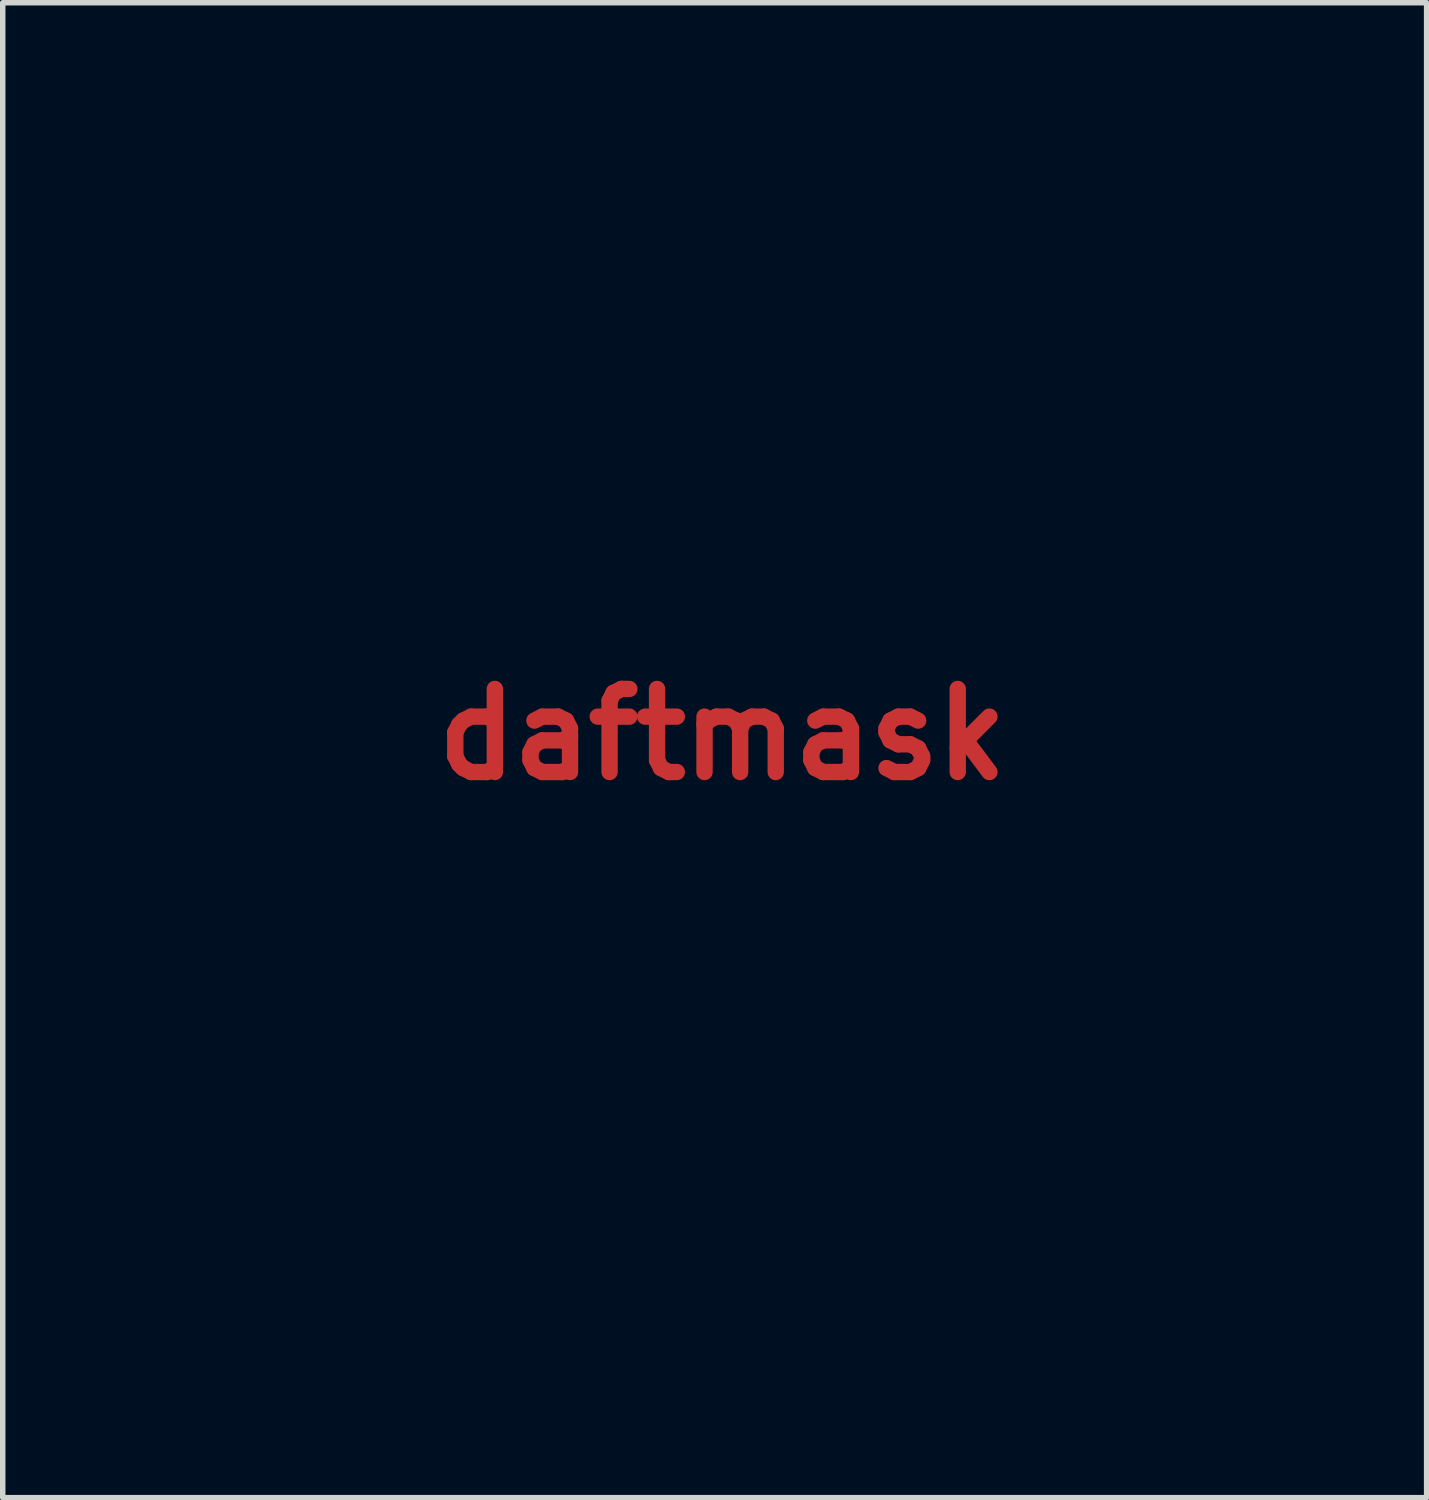
<source format=kicad_pcb>
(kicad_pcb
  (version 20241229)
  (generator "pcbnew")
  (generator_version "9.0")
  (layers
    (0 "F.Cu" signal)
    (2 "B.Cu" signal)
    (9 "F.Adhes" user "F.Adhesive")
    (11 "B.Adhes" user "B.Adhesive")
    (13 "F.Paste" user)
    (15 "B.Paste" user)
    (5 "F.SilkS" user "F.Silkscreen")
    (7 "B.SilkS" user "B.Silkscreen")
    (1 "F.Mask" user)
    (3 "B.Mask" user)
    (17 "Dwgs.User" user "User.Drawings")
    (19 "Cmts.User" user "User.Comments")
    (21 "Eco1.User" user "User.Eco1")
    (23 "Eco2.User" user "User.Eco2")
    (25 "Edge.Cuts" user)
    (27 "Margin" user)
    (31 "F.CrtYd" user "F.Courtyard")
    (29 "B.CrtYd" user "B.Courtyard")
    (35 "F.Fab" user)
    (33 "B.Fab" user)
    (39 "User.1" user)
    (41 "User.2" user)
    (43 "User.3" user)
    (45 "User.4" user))
  (footprint "daftmask"
    (layer "F.Cu")
    (at 10.2 10.422)
    (property "Reference" "daftmask" (at 0 0 0) (layer "F.Cu") (effects (font (size 1.524 1.524) (thickness 0.3))))
    (attr through_hole)
    (fp_poly (pts (xy -8.636 0.624) (xy -8.647 0.635) (xy -8.657 0.624) (xy -8.647 0.614) (xy -8.636 0.624)) (stroke (width 0.01) (type solid)) (fill yes) (layer "F.Mask"))
    (fp_poly (pts (xy -7.726 -2.826) (xy -7.736 -2.815) (xy -7.747 -2.826) (xy -7.736 -2.836) (xy -7.726 -2.826)) (stroke (width 0.01) (type solid)) (fill yes) (layer "F.Mask"))
    (fp_poly (pts (xy -7.62 -2.91) (xy -7.631 -2.9) (xy -7.641 -2.91) (xy -7.631 -2.921) (xy -7.62 -2.91)) (stroke (width 0.01) (type solid)) (fill yes) (layer "F.Mask"))
    (fp_poly (pts (xy -6.773 -6.212) (xy -6.784 -6.202) (xy -6.795 -6.212) (xy -6.784 -6.223) (xy -6.773 -6.212)) (stroke (width 0.01) (type solid)) (fill yes) (layer "F.Mask"))
    (fp_poly (pts (xy -6.435 -6.657) (xy -6.445 -6.646) (xy -6.456 -6.657) (xy -6.445 -6.668) (xy -6.435 -6.657)) (stroke (width 0.01) (type solid)) (fill yes) (layer "F.Mask"))
    (fp_poly (pts (xy -6.413 -6.72) (xy -6.424 -6.71) (xy -6.435 -6.72) (xy -6.424 -6.731) (xy -6.413 -6.72)) (stroke (width 0.01) (type solid)) (fill yes) (layer "F.Mask"))
    (fp_poly (pts (xy -4.784 4.858) (xy -4.794 4.868) (xy -4.805 4.858) (xy -4.794 4.847) (xy -4.784 4.858)) (stroke (width 0.01) (type solid)) (fill yes) (layer "F.Mask"))
    (fp_poly (pts (xy -4.17 4.794) (xy -4.18 4.805) (xy -4.191 4.794) (xy -4.18 4.784) (xy -4.17 4.794)) (stroke (width 0.01) (type solid)) (fill yes) (layer "F.Mask"))
    (fp_poly (pts (xy 3.979 4.731) (xy 3.969 4.741) (xy 3.958 4.731) (xy 3.969 4.72) (xy 3.979 4.731)) (stroke (width 0.01) (type solid)) (fill yes) (layer "F.Mask"))
    (fp_poly (pts (xy 5.313 5.704) (xy 5.302 5.715) (xy 5.292 5.704) (xy 5.302 5.694) (xy 5.313 5.704)) (stroke (width 0.01) (type solid)) (fill yes) (layer "F.Mask"))
    (fp_poly (pts (xy 6.604 -5.916) (xy 6.593 -5.905) (xy 6.583 -5.916) (xy 6.593 -5.927) (xy 6.604 -5.916)) (stroke (width 0.01) (type solid)) (fill yes) (layer "F.Mask"))
    (fp_poly (pts (xy 6.625 -5.768) (xy 6.615 -5.757) (xy 6.604 -5.768) (xy 6.615 -5.779) (xy 6.625 -5.768)) (stroke (width 0.01) (type solid)) (fill yes) (layer "F.Mask"))
    (fp_poly (pts (xy 7.387 3.291) (xy 7.377 3.302) (xy 7.366 3.291) (xy 7.377 3.281) (xy 7.387 3.291)) (stroke (width 0.01) (type solid)) (fill yes) (layer "F.Mask"))
    (fp_poly (pts (xy 7.493 -2.805) (xy 7.482 -2.794) (xy 7.472 -2.805) (xy 7.482 -2.815) (xy 7.493 -2.805)) (stroke (width 0.01) (type solid)) (fill yes) (layer "F.Mask"))
    (fp_poly (pts (xy 7.535 -2.762) (xy 7.525 -2.752) (xy 7.514 -2.762) (xy 7.525 -2.773) (xy 7.535 -2.762)) (stroke (width 0.01) (type solid)) (fill yes) (layer "F.Mask"))
    (fp_poly (pts (xy 8.107 -2.381) (xy 8.096 -2.371) (xy 8.086 -2.381) (xy 8.096 -2.392) (xy 8.107 -2.381)) (stroke (width 0.01) (type solid)) (fill yes) (layer "F.Mask"))
    (fp_poly (pts (xy 8.128 -2.424) (xy 8.117 -2.413) (xy 8.107 -2.424) (xy 8.117 -2.434) (xy 8.128 -2.424)) (stroke (width 0.01) (type solid)) (fill yes) (layer "F.Mask"))
    (fp_poly (pts (xy -8.431 1.88) (xy -8.429 1.913) (xy -8.433 1.92) (xy -8.442 1.914) (xy -8.444 1.893) (xy -8.439 1.87) (xy -8.431 1.88)) (stroke (width 0.01) (type solid)) (fill yes) (layer "F.Mask"))
    (fp_poly (pts (xy -7.796 -2.766) (xy -7.799 -2.753) (xy -7.811 -2.752) (xy -7.828 -2.759) (xy -7.825 -2.766) (xy -7.799 -2.768) (xy -7.796 -2.766)) (stroke (width 0.01) (type solid)) (fill yes) (layer "F.Mask"))
    (fp_poly (pts (xy -7.691 -2.872) (xy -7.688 -2.846) (xy -7.691 -2.843) (xy -7.703 -2.846) (xy -7.705 -2.857) (xy -7.697 -2.875) (xy -7.691 -2.872)) (stroke (width 0.01) (type solid)) (fill yes) (layer "F.Mask"))
    (fp_poly (pts (xy -6.886 -5.846) (xy -6.883 -5.813) (xy -6.888 -5.805) (xy -6.897 -5.812) (xy -6.899 -5.833) (xy -6.893 -5.856) (xy -6.886 -5.846)) (stroke (width 0.01) (type solid)) (fill yes) (layer "F.Mask"))
    (fp_poly (pts (xy -6.844 -5.994) (xy -6.841 -5.961) (xy -6.845 -5.954) (xy -6.855 -5.96) (xy -6.856 -5.981) (xy -6.851 -6.004) (xy -6.844 -5.994)) (stroke (width 0.01) (type solid)) (fill yes) (layer "F.Mask"))
    (fp_poly (pts (xy -5.553 6.971) (xy -5.55 6.996) (xy -5.553 6.999) (xy -5.565 6.996) (xy -5.567 6.985) (xy -5.559 6.968) (xy -5.553 6.971)) (stroke (width 0.01) (type solid)) (fill yes) (layer "F.Mask"))
    (fp_poly (pts (xy -5.551 4.686) (xy -5.558 4.696) (xy -5.579 4.697) (xy -5.602 4.692) (xy -5.592 4.685) (xy -5.559 4.682) (xy -5.551 4.686)) (stroke (width 0.01) (type solid)) (fill yes) (layer "F.Mask"))
    (fp_poly (pts (xy -5.34 4.75) (xy -5.346 4.759) (xy -5.368 4.761) (xy -5.39 4.756) (xy -5.38 4.748) (xy -5.347 4.746) (xy -5.34 4.75)) (stroke (width 0.01) (type solid)) (fill yes) (layer "F.Mask"))
    (fp_poly (pts (xy -4.981 4.664) (xy -4.984 4.676) (xy -4.995 4.678) (xy -5.013 4.67) (xy -5.009 4.664) (xy -4.984 4.661) (xy -4.981 4.664)) (stroke (width 0.01) (type solid)) (fill yes) (layer "F.Mask"))
    (fp_poly (pts (xy -4.579 -4.904) (xy -4.582 -4.891) (xy -4.593 -4.889) (xy -4.611 -4.897) (xy -4.607 -4.904) (xy -4.582 -4.906) (xy -4.579 -4.904)) (stroke (width 0.01) (type solid)) (fill yes) (layer "F.Mask"))
    (fp_poly (pts (xy 4.353 -4.861) (xy 4.35 -4.849) (xy 4.339 -4.847) (xy 4.322 -4.855) (xy 4.325 -4.861) (xy 4.35 -4.864) (xy 4.353 -4.861)) (stroke (width 0.01) (type solid)) (fill yes) (layer "F.Mask"))
    (fp_poly (pts (xy 5.117 4.75) (xy 5.11 4.759) (xy 5.089 4.761) (xy 5.066 4.756) (xy 5.076 4.748) (xy 5.109 4.746) (xy 5.117 4.75)) (stroke (width 0.01) (type solid)) (fill yes) (layer "F.Mask"))
    (fp_poly (pts (xy 5.285 6.971) (xy 5.287 6.996) (xy 5.285 6.999) (xy 5.272 6.996) (xy 5.271 6.985) (xy 5.278 6.968) (xy 5.285 6.971)) (stroke (width 0.01) (type solid)) (fill yes) (layer "F.Mask"))
    (fp_poly (pts (xy 5.327 5.891) (xy 5.329 5.917) (xy 5.327 5.92) (xy 5.314 5.917) (xy 5.313 5.905) (xy 5.321 5.888) (xy 5.327 5.891)) (stroke (width 0.01) (type solid)) (fill yes) (layer "F.Mask"))
    (fp_poly (pts (xy 5.328 4.686) (xy 5.322 4.696) (xy 5.3 4.697) (xy 5.278 4.692) (xy 5.288 4.685) (xy 5.321 4.682) (xy 5.328 4.686)) (stroke (width 0.01) (type solid)) (fill yes) (layer "F.Mask"))
    (fp_poly (pts (xy 6.555 -6.058) (xy 6.557 -6.025) (xy 6.553 -6.017) (xy 6.544 -6.023) (xy 6.542 -6.045) (xy 6.547 -6.067) (xy 6.555 -6.058)) (stroke (width 0.01) (type solid)) (fill yes) (layer "F.Mask"))
    (fp_poly (pts (xy 6.618 -5.867) (xy 6.621 -5.834) (xy 6.617 -5.827) (xy 6.607 -5.833) (xy 6.606 -5.854) (xy 6.611 -5.877) (xy 6.618 -5.867)) (stroke (width 0.01) (type solid)) (fill yes) (layer "F.Mask"))
    (fp_poly (pts (xy 7.359 -2.935) (xy 7.356 -2.923) (xy 7.345 -2.921) (xy 7.327 -2.929) (xy 7.331 -2.935) (xy 7.356 -2.938) (xy 7.359 -2.935)) (stroke (width 0.01) (type solid)) (fill yes) (layer "F.Mask"))
    (fp_poly (pts (xy 8.163 1.879) (xy 8.166 1.922) (xy 8.163 1.931) (xy 8.155 1.934) (xy 8.153 1.905) (xy 8.156 1.875) (xy 8.163 1.879)) (stroke (width 0.01) (type solid)) (fill yes) (layer "F.Mask"))
    (fp_poly (pts (xy 4.269 8.944) (xy 4.257 8.959) (xy 4.239 8.973) (xy 4.244 8.951) (xy 4.245 8.947) (xy 4.262 8.921) (xy 4.272 8.921) (xy 4.269 8.944)) (stroke (width 0.01) (type solid)) (fill yes) (layer "F.Mask"))
    (fp_poly (pts (xy 6.183 -6.661) (xy 6.197 -6.626) (xy 6.196 -6.612) (xy 6.181 -6.62) (xy 6.173 -6.637) (xy 6.161 -6.677) (xy 6.166 -6.685) (xy 6.183 -6.661)) (stroke (width 0.01) (type solid)) (fill yes) (layer "F.Mask"))
    (fp_poly (pts (xy -7.563 -2.971) (xy -7.567 -2.963) (xy -7.587 -2.943) (xy -7.591 -2.942) (xy -7.592 -2.956) (xy -7.588 -2.963) (xy -7.568 -2.984) (xy -7.565 -2.985) (xy -7.563 -2.971)) (stroke (width 0.01) (type solid)) (fill yes) (layer "F.Mask"))
    (fp_poly (pts (xy 7.429 -2.863) (xy 7.429 -2.857) (xy 7.413 -2.837) (xy 7.408 -2.836) (xy 7.388 -2.852) (xy 7.387 -2.857) (xy 7.403 -2.878) (xy 7.408 -2.879) (xy 7.429 -2.863)) (stroke (width 0.01) (type solid)) (fill yes) (layer "F.Mask"))
    (fp_poly (pts (xy -7.882 -2.666) (xy -7.916 -2.625) (xy -7.954 -2.595) (xy -7.987 -2.581) (xy -8.001 -2.589) (xy -8.001 -2.589) (xy -7.987 -2.606) (xy -7.953 -2.642) (xy -7.938 -2.656) (xy -7.895 -2.69) (xy -7.875 -2.691) (xy -7.882 -2.666)) (stroke (width 0.01) (type solid)) (fill yes) (layer "F.Mask"))
    (fp_poly (pts (xy 4.475 4.906) (xy 4.478 4.922) (xy 4.465 4.928) (xy 4.428 4.953) (xy 4.407 4.978) (xy 4.37 5.009) (xy 4.343 5.016) (xy 4.331 5.007) (xy 4.352 4.98) (xy 4.381 4.954) (xy 4.429 4.92) (xy 4.466 4.905) (xy 4.475 4.906)) (stroke (width 0.01) (type solid)) (fill yes) (layer "F.Mask"))
    (fp_poly (pts (xy 6.212 -6.565) (xy 6.231 -6.532) (xy 6.247 -6.498) (xy 6.283 -6.412) (xy 6.315 -6.32) (xy 6.343 -6.234) (xy 6.361 -6.164) (xy 6.367 -6.119) (xy 6.366 -6.112) (xy 6.357 -6.116) (xy 6.342 -6.153) (xy 6.329 -6.201) (xy 6.303 -6.292) (xy 6.268 -6.389) (xy 6.252 -6.429) (xy 6.225 -6.495) (xy 6.207 -6.546) (xy 6.203 -6.568) (xy 6.212 -6.565)) (stroke (width 0.01) (type solid)) (fill yes) (layer "F.Mask"))
    (fp_poly (pts (xy -6.476 -6.586) (xy -6.489 -6.538) (xy -6.51 -6.47) (xy -6.537 -6.391) (xy -6.566 -6.311) (xy -6.594 -6.24) (xy -6.606 -6.212) (xy -6.62 -6.182) (xy -6.621 -6.191) (xy -6.616 -6.212) (xy -6.604 -6.265) (xy -6.592 -6.318) (xy -6.577 -6.37) (xy -6.563 -6.403) (xy -6.548 -6.435) (xy -6.527 -6.49) (xy -6.52 -6.514) (xy -6.5 -6.568) (xy -6.481 -6.6) (xy -6.476 -6.604) (xy -6.476 -6.586)) (stroke (width 0.01) (type solid)) (fill yes) (layer "F.Mask"))
    (fp_poly (pts (xy 3.853 4.725) (xy 3.905 4.734) (xy 3.852 4.757) (xy 3.821 4.774) (xy 3.827 4.782) (xy 3.838 4.782) (xy 3.87 4.788) (xy 3.867 4.8) (xy 3.836 4.814) (xy 3.782 4.828) (xy 3.731 4.836) (xy 3.656 4.845) (xy 3.593 4.855) (xy 3.567 4.859) (xy 3.52 4.854) (xy 3.475 4.83) (xy 3.454 4.812) (xy 3.449 4.799) (xy 3.467 4.788) (xy 3.513 4.775) (xy 3.594 4.758) (xy 3.614 4.754) (xy 3.704 4.738) (xy 3.784 4.727) (xy 3.84 4.724) (xy 3.853 4.725)) (stroke (width 0.01) (type solid)) (fill yes) (layer "F.Mask"))
    (fp_poly (pts (xy -4.081 4.725) (xy -4.004 4.734) (xy -3.92 4.748) (xy -3.837 4.764) (xy -3.767 4.78) (xy -3.719 4.794) (xy -3.704 4.805) (xy -3.721 4.82) (xy -3.76 4.841) (xy -3.802 4.859) (xy -3.83 4.866) (xy -3.83 4.865) (xy -3.855 4.861) (xy -3.911 4.853) (xy -3.984 4.842) (xy -3.985 4.842) (xy -4.06 4.828) (xy -4.11 4.812) (xy -4.13 4.797) (xy -4.115 4.786) (xy -4.08 4.782) (xy -4.071 4.776) (xy -4.098 4.764) (xy -4.138 4.752) (xy -4.244 4.725) (xy -4.138 4.723) (xy -4.081 4.725)) (stroke (width 0.01) (type solid)) (fill yes) (layer "F.Mask"))
    (fp_poly (pts (xy 6.556 3.47) (xy 6.511 3.496) (xy 6.44 3.534) (xy 6.347 3.58) (xy 6.248 3.626) (xy 6.146 3.671) (xy 6.043 3.712) (xy 5.955 3.744) (xy 5.91 3.758) (xy 5.828 3.776) (xy 5.757 3.786) (xy 5.705 3.788) (xy 5.68 3.781) (xy 5.684 3.77) (xy 5.708 3.759) (xy 5.765 3.736) (xy 5.848 3.705) (xy 5.948 3.667) (xy 6.06 3.626) (xy 6.176 3.585) (xy 6.288 3.545) (xy 6.39 3.509) (xy 6.475 3.481) (xy 6.534 3.462) (xy 6.551 3.457) (xy 6.57 3.456) (xy 6.556 3.47)) (stroke (width 0.01) (type solid)) (fill yes) (layer "F.Mask"))
    (fp_poly (pts (xy -6.826 3.459) (xy -6.788 3.47) (xy -6.718 3.493) (xy -6.626 3.524) (xy -6.518 3.562) (xy -6.402 3.603) (xy -6.287 3.645) (xy -6.179 3.685) (xy -6.088 3.719) (xy -6.019 3.746) (xy -5.982 3.762) (xy -5.98 3.763) (xy -5.956 3.779) (xy -5.966 3.786) (xy -6.011 3.786) (xy -6.075 3.78) (xy -6.156 3.765) (xy -6.202 3.754) (xy -6.247 3.739) (xy -6.313 3.712) (xy -6.394 3.678) (xy -6.483 3.638) (xy -6.574 3.595) (xy -6.66 3.554) (xy -6.736 3.517) (xy -6.794 3.486) (xy -6.828 3.466) (xy -6.833 3.458) (xy -6.826 3.459)) (stroke (width 0.01) (type solid)) (fill yes) (layer "F.Mask"))
    (fp_poly (pts (xy -6.26 4.417) (xy -6.195 4.456) (xy -6.16 4.488) (xy -6.145 4.525) (xy -6.144 4.54) (xy -6.127 4.696) (xy -6.101 4.883) (xy -6.068 5.093) (xy -6.029 5.315) (xy -5.986 5.541) (xy -5.941 5.761) (xy -5.895 5.966) (xy -5.853 6.137) (xy -5.827 6.24) (xy -5.805 6.327) (xy -5.791 6.392) (xy -5.786 6.425) (xy -5.786 6.428) (xy -5.796 6.413) (xy -5.817 6.366) (xy -5.845 6.296) (xy -5.862 6.25) (xy -5.935 6.053) (xy -5.995 5.889) (xy -6.044 5.752) (xy -6.083 5.636) (xy -6.116 5.534) (xy -6.143 5.441) (xy -6.168 5.35) (xy -6.191 5.254) (xy -6.214 5.148) (xy -6.222 5.112) (xy -6.249 4.99) (xy -6.281 4.852) (xy -6.311 4.721) (xy -6.32 4.686) (xy -6.342 4.589) (xy -6.359 4.503) (xy -6.369 4.439) (xy -6.371 4.414) (xy -6.371 4.358) (xy -6.26 4.417)) (stroke (width 0.01) (type solid)) (fill yes) (layer "F.Mask"))
    (fp_poly (pts (xy 6.096 4.414) (xy 6.091 4.459) (xy 6.078 4.532) (xy 6.059 4.623) (xy 6.045 4.686) (xy 6.016 4.808) (xy 5.984 4.947) (xy 5.955 5.076) (xy 5.947 5.112) (xy 5.904 5.301) (xy 5.862 5.463) (xy 5.817 5.614) (xy 5.765 5.769) (xy 5.734 5.853) (xy 5.692 5.967) (xy 5.647 6.088) (xy 5.607 6.197) (xy 5.586 6.254) (xy 5.555 6.334) (xy 5.526 6.399) (xy 5.506 6.439) (xy 5.501 6.445) (xy 5.49 6.449) (xy 5.498 6.417) (xy 5.501 6.41) (xy 5.532 6.316) (xy 5.567 6.186) (xy 5.606 6.028) (xy 5.646 5.849) (xy 5.687 5.655) (xy 5.727 5.454) (xy 5.765 5.252) (xy 5.799 5.057) (xy 5.828 4.875) (xy 5.851 4.712) (xy 5.866 4.577) (xy 5.868 4.551) (xy 5.876 4.506) (xy 5.897 4.474) (xy 5.941 4.442) (xy 5.985 4.417) (xy 6.096 4.358) (xy 6.096 4.414)) (stroke (width 0.01) (type solid)) (fill yes) (layer "F.Mask"))
    (fp_poly (pts (xy 7.975 -1.811) (xy 7.977 -1.787) (xy 7.976 -1.725) (xy 7.973 -1.629) (xy 7.967 -1.503) (xy 7.959 -1.352) (xy 7.949 -1.181) (xy 7.937 -0.992) (xy 7.924 -0.791) (xy 7.91 -0.581) (xy 7.896 -0.368) (xy 7.88 -0.154) (xy 7.865 0.055) (xy 7.85 0.256) (xy 7.835 0.444) (xy 7.821 0.615) (xy 7.808 0.765) (xy 7.796 0.889) (xy 7.788 0.963) (xy 7.765 1.156) (xy 7.742 1.347) (xy 7.718 1.533) (xy 7.694 1.709) (xy 7.671 1.872) (xy 7.649 2.017) (xy 7.629 2.142) (xy 7.612 2.242) (xy 7.598 2.314) (xy 7.587 2.353) (xy 7.581 2.355) (xy 7.579 2.342) (xy 7.581 2.307) (xy 7.587 2.239) (xy 7.597 2.149) (xy 7.609 2.046) (xy 7.626 1.883) (xy 7.644 1.681) (xy 7.663 1.443) (xy 7.681 1.172) (xy 7.7 0.87) (xy 7.719 0.541) (xy 7.737 0.187) (xy 7.755 -0.187) (xy 7.773 -0.58) (xy 7.789 -0.988) (xy 7.792 -1.072) (xy 7.818 -1.751) (xy 7.893 -1.785) (xy 7.942 -1.805) (xy 7.972 -1.812) (xy 7.975 -1.811)) (stroke (width 0.01) (type solid)) (fill yes) (layer "F.Mask"))
    (fp_poly (pts (xy -8.175 -1.788) (xy -8.164 -1.783) (xy -8.093 -1.751) (xy -8.067 -1.061) (xy -8.049 -0.61) (xy -8.031 -0.181) (xy -8.011 0.224) (xy -7.991 0.602) (xy -7.971 0.952) (xy -7.95 1.27) (xy -7.929 1.554) (xy -7.908 1.801) (xy -7.888 2.009) (xy -7.882 2.06) (xy -7.871 2.166) (xy -7.862 2.257) (xy -7.858 2.324) (xy -7.858 2.359) (xy -7.859 2.363) (xy -7.87 2.353) (xy -7.882 2.314) (xy -7.882 2.314) (xy -7.891 2.261) (xy -7.905 2.172) (xy -7.922 2.055) (xy -7.941 1.915) (xy -7.961 1.76) (xy -7.983 1.597) (xy -8.004 1.431) (xy -8.024 1.269) (xy -8.043 1.119) (xy -8.058 0.986) (xy -8.07 0.878) (xy -8.073 0.847) (xy -8.088 0.69) (xy -8.104 0.512) (xy -8.12 0.318) (xy -8.137 0.112) (xy -8.153 -0.103) (xy -8.169 -0.322) (xy -8.184 -0.54) (xy -8.198 -0.754) (xy -8.211 -0.959) (xy -8.223 -1.151) (xy -8.232 -1.326) (xy -8.24 -1.48) (xy -8.246 -1.608) (xy -8.249 -1.706) (xy -8.249 -1.771) (xy -8.246 -1.797) (xy -8.221 -1.801) (xy -8.175 -1.788)) (stroke (width 0.01) (type solid)) (fill yes) (layer "F.Mask"))
    (fp_poly (pts (xy 6.701 -1.529) (xy 6.763 -1.516) (xy 6.778 -1.506) (xy 6.783 -1.479) (xy 6.784 -1.415) (xy 6.781 -1.318) (xy 6.775 -1.194) (xy 6.766 -1.047) (xy 6.765 -1.035) (xy 6.754 -0.866) (xy 6.743 -0.68) (xy 6.733 -0.491) (xy 6.725 -0.316) (xy 6.72 -0.191) (xy 6.699 0.249) (xy 6.662 0.662) (xy 6.612 1.044) (xy 6.561 1.323) (xy 6.543 1.422) (xy 6.522 1.546) (xy 6.5 1.691) (xy 6.478 1.852) (xy 6.455 2.023) (xy 6.432 2.2) (xy 6.41 2.378) (xy 6.39 2.551) (xy 6.372 2.714) (xy 6.357 2.864) (xy 6.345 2.994) (xy 6.337 3.099) (xy 6.333 3.175) (xy 6.335 3.217) (xy 6.337 3.224) (xy 6.33 3.234) (xy 6.289 3.256) (xy 6.223 3.287) (xy 6.137 3.323) (xy 6.039 3.362) (xy 5.936 3.4) (xy 5.874 3.423) (xy 5.796 3.447) (xy 5.69 3.478) (xy 5.563 3.513) (xy 5.426 3.55) (xy 5.287 3.585) (xy 5.155 3.618) (xy 5.039 3.645) (xy 4.949 3.665) (xy 4.906 3.673) (xy 4.808 3.687) (xy 4.818 3.606) (xy 4.823 3.558) (xy 4.832 3.473) (xy 4.844 3.36) (xy 4.858 3.223) (xy 4.874 3.069) (xy 4.891 2.905) (xy 4.909 2.736) (xy 4.926 2.569) (xy 4.942 2.41) (xy 4.957 2.266) (xy 4.97 2.143) (xy 4.979 2.047) (xy 4.984 2) (xy 4.993 1.901) (xy 5.003 1.794) (xy 5.007 1.746) (xy 5.015 1.662) (xy 5.022 1.584) (xy 5.026 1.545) (xy 5.029 1.503) (xy 5.034 1.426) (xy 5.04 1.32) (xy 5.047 1.194) (xy 5.053 1.053) (xy 5.057 0.974) (xy 5.076 0.616) (xy 5.097 0.3) (xy 5.119 0.027) (xy 5.144 -0.204) (xy 5.145 -0.212) (xy 5.157 -0.31) (xy 5.169 -0.411) (xy 5.177 -0.487) (xy 5.185 -0.553) (xy 5.198 -0.649) (xy 5.214 -0.761) (xy 5.232 -0.877) (xy 5.232 -0.878) (xy 5.25 -0.989) (xy 5.265 -1.092) (xy 5.278 -1.177) (xy 5.285 -1.231) (xy 5.286 -1.233) (xy 5.297 -1.281) (xy 5.319 -1.321) (xy 5.358 -1.354) (xy 5.415 -1.383) (xy 5.496 -1.408) (xy 5.605 -1.431) (xy 5.746 -1.453) (xy 5.923 -1.476) (xy 6.043 -1.49) (xy 6.269 -1.513) (xy 6.454 -1.528) (xy 6.598 -1.533) (xy 6.701 -1.529)) (stroke (width 0.01) (type solid)) (fill yes) (layer "F.Mask"))
    (fp_poly (pts (xy -6.719 -1.528) (xy -6.555 -1.515) (xy -6.353 -1.494) (xy -6.329 -1.491) (xy -6.129 -1.468) (xy -5.968 -1.446) (xy -5.84 -1.425) (xy -5.743 -1.402) (xy -5.671 -1.378) (xy -5.621 -1.35) (xy -5.589 -1.316) (xy -5.57 -1.277) (xy -5.561 -1.233) (xy -5.555 -1.186) (xy -5.543 -1.105) (xy -5.527 -1.001) (xy -5.509 -0.882) (xy -5.496 -0.794) (xy -5.444 -0.406) (xy -5.399 0.014) (xy -5.364 0.456) (xy -5.343 0.836) (xy -5.337 0.948) (xy -5.332 1.053) (xy -5.327 1.139) (xy -5.323 1.194) (xy -5.322 1.196) (xy -5.317 1.258) (xy -5.311 1.345) (xy -5.304 1.441) (xy -5.302 1.46) (xy -5.29 1.623) (xy -5.277 1.793) (xy -5.263 1.961) (xy -5.25 2.119) (xy -5.237 2.259) (xy -5.226 2.371) (xy -5.218 2.434) (xy -5.208 2.527) (xy -5.195 2.646) (xy -5.181 2.779) (xy -5.168 2.908) (xy -5.157 3.02) (xy -5.154 3.059) (xy -5.144 3.156) (xy -5.131 3.256) (xy -5.121 3.322) (xy -5.109 3.408) (xy -5.102 3.496) (xy -5.101 3.53) (xy -5.096 3.597) (xy -5.084 3.652) (xy -5.079 3.663) (xy -5.064 3.695) (xy -5.063 3.703) (xy -5.085 3.698) (xy -5.141 3.685) (xy -5.223 3.666) (xy -5.324 3.643) (xy -5.376 3.631) (xy -5.547 3.59) (xy -5.719 3.545) (xy -5.888 3.498) (xy -6.05 3.45) (xy -6.199 3.402) (xy -6.33 3.357) (xy -6.439 3.315) (xy -6.521 3.28) (xy -6.57 3.251) (xy -6.583 3.234) (xy -6.595 3.223) (xy -6.6 3.226) (xy -6.61 3.216) (xy -6.609 3.179) (xy -6.607 3.153) (xy -6.608 3.113) (xy -6.612 3.053) (xy -6.619 2.972) (xy -6.63 2.864) (xy -6.645 2.727) (xy -6.664 2.556) (xy -6.688 2.349) (xy -6.7 2.244) (xy -6.721 2.077) (xy -6.747 1.891) (xy -6.78 1.679) (xy -6.819 1.437) (xy -6.867 1.159) (xy -6.877 1.101) (xy -6.898 0.976) (xy -6.916 0.856) (xy -6.931 0.734) (xy -6.944 0.604) (xy -6.956 0.46) (xy -6.968 0.296) (xy -6.978 0.104) (xy -6.99 -0.12) (xy -6.995 -0.243) (xy -7.004 -0.423) (xy -7.013 -0.602) (xy -7.023 -0.773) (xy -7.032 -0.927) (xy -7.041 -1.057) (xy -7.048 -1.154) (xy -7.05 -1.176) (xy -7.059 -1.278) (xy -7.065 -1.368) (xy -7.068 -1.436) (xy -7.067 -1.47) (xy -7.05 -1.498) (xy -7.01 -1.518) (xy -6.943 -1.529) (xy -6.847 -1.532) (xy -6.719 -1.528)) (stroke (width 0.01) (type solid)) (fill yes) (layer "F.Mask"))
    (fp_poly (pts (xy 0.038 -10.417) (xy 0.231 -10.411) (xy 0.406 -10.4) (xy 0.553 -10.384) (xy 0.635 -10.37) (xy 0.699 -10.357) (xy 0.789 -10.338) (xy 0.889 -10.318) (xy 0.935 -10.308) (xy 1.126 -10.263) (xy 1.33 -10.203) (xy 1.54 -10.131) (xy 1.745 -10.052) (xy 1.937 -9.969) (xy 2.107 -9.885) (xy 2.244 -9.805) (xy 2.255 -9.797) (xy 2.309 -9.763) (xy 2.349 -9.741) (xy 2.36 -9.737) (xy 2.383 -9.724) (xy 2.428 -9.691) (xy 2.474 -9.655) (xy 2.594 -9.562) (xy 2.716 -9.482) (xy 2.829 -9.42) (xy 2.924 -9.382) (xy 2.935 -9.379) (xy 3.021 -9.356) (xy 3.11 -9.33) (xy 3.133 -9.323) (xy 3.206 -9.304) (xy 3.276 -9.293) (xy 3.294 -9.292) (xy 3.41 -9.281) (xy 3.504 -9.245) (xy 3.574 -9.194) (xy 3.629 -9.153) (xy 3.675 -9.127) (xy 3.693 -9.123) (xy 3.717 -9.114) (xy 3.716 -9.104) (xy 3.725 -9.084) (xy 3.762 -9.064) (xy 3.762 -9.064) (xy 3.813 -9.036) (xy 3.874 -8.992) (xy 3.898 -8.972) (xy 3.95 -8.926) (xy 3.992 -8.89) (xy 4.004 -8.879) (xy 4.032 -8.857) (xy 4.084 -8.814) (xy 4.149 -8.76) (xy 4.183 -8.731) (xy 4.335 -8.603) (xy 4.46 -8.5) (xy 4.555 -8.421) (xy 4.621 -8.368) (xy 4.657 -8.342) (xy 4.662 -8.34) (xy 4.682 -8.325) (xy 4.725 -8.286) (xy 4.787 -8.227) (xy 4.861 -8.154) (xy 4.942 -8.073) (xy 5.025 -7.99) (xy 5.103 -7.909) (xy 5.171 -7.836) (xy 5.225 -7.778) (xy 5.233 -7.768) (xy 5.324 -7.661) (xy 5.412 -7.554) (xy 5.491 -7.454) (xy 5.555 -7.37) (xy 5.598 -7.308) (xy 5.605 -7.297) (xy 5.633 -7.257) (xy 5.655 -7.239) (xy 5.656 -7.239) (xy 5.67 -7.221) (xy 5.673 -7.197) (xy 5.681 -7.162) (xy 5.692 -7.154) (xy 5.711 -7.137) (xy 5.74 -7.092) (xy 5.758 -7.058) (xy 5.796 -6.987) (xy 5.837 -6.923) (xy 5.852 -6.904) (xy 5.893 -6.848) (xy 5.936 -6.779) (xy 5.945 -6.763) (xy 5.978 -6.704) (xy 6.005 -6.657) (xy 6.011 -6.646) (xy 6.039 -6.595) (xy 6.076 -6.514) (xy 6.119 -6.414) (xy 6.164 -6.304) (xy 6.206 -6.194) (xy 6.241 -6.096) (xy 6.254 -6.054) (xy 6.285 -5.959) (xy 6.318 -5.869) (xy 6.347 -5.799) (xy 6.353 -5.786) (xy 6.378 -5.728) (xy 6.391 -5.681) (xy 6.391 -5.67) (xy 6.389 -5.622) (xy 6.396 -5.608) (xy 6.409 -5.631) (xy 6.414 -5.651) (xy 6.42 -5.722) (xy 6.412 -5.824) (xy 6.401 -5.893) (xy 6.387 -5.981) (xy 6.381 -6.04) (xy 6.381 -6.067) (xy 6.388 -6.06) (xy 6.4 -6.015) (xy 6.414 -5.955) (xy 6.454 -5.757) (xy 6.487 -5.599) (xy 6.514 -5.479) (xy 6.534 -5.395) (xy 6.549 -5.346) (xy 6.556 -5.331) (xy 6.564 -5.341) (xy 6.57 -5.384) (xy 6.571 -5.441) (xy 6.572 -5.508) (xy 6.578 -5.553) (xy 6.584 -5.567) (xy 6.596 -5.585) (xy 6.612 -5.632) (xy 6.618 -5.657) (xy 6.637 -5.747) (xy 6.693 -5.524) (xy 6.715 -5.434) (xy 6.731 -5.36) (xy 6.741 -5.311) (xy 6.742 -5.296) (xy 6.72 -5.289) (xy 6.671 -5.278) (xy 6.644 -5.272) (xy 6.607 -5.264) (xy 6.599 -5.258) (xy 6.623 -5.255) (xy 6.684 -5.253) (xy 6.757 -5.252) (xy 6.845 -5.252) (xy 6.914 -5.254) (xy 6.956 -5.257) (xy 6.964 -5.26) (xy 6.959 -5.287) (xy 6.944 -5.346) (xy 6.923 -5.431) (xy 6.896 -5.533) (xy 6.867 -5.645) (xy 6.836 -5.758) (xy 6.807 -5.865) (xy 6.781 -5.959) (xy 6.76 -6.03) (xy 6.76 -6.032) (xy 6.726 -6.137) (xy 6.683 -6.259) (xy 6.639 -6.377) (xy 6.624 -6.413) (xy 6.578 -6.528) (xy 6.527 -6.657) (xy 6.481 -6.777) (xy 6.469 -6.808) (xy 6.429 -6.909) (xy 6.39 -7.001) (xy 6.349 -7.091) (xy 6.301 -7.182) (xy 6.244 -7.283) (xy 6.175 -7.398) (xy 6.09 -7.533) (xy 5.985 -7.695) (xy 5.931 -7.779) (xy 5.768 -8.017) (xy 5.605 -8.229) (xy 5.431 -8.429) (xy 5.282 -8.584) (xy 5.07 -8.787) (xy 4.857 -8.97) (xy 4.633 -9.14) (xy 4.39 -9.305) (xy 4.118 -9.471) (xy 4.047 -9.513) (xy 3.945 -9.573) (xy 3.853 -9.63) (xy 3.778 -9.679) (xy 3.73 -9.714) (xy 3.719 -9.725) (xy 3.652 -9.791) (xy 3.559 -9.875) (xy 3.447 -9.97) (xy 3.324 -10.07) (xy 3.197 -10.168) (xy 3.186 -10.177) (xy 2.974 -10.335) (xy 3.069 -10.319) (xy 3.317 -10.265) (xy 3.586 -10.183) (xy 3.869 -10.077) (xy 4.16 -9.949) (xy 4.451 -9.804) (xy 4.736 -9.643) (xy 5.007 -9.472) (xy 5.257 -9.293) (xy 5.365 -9.208) (xy 5.563 -9.036) (xy 5.754 -8.848) (xy 5.944 -8.638) (xy 6.14 -8.398) (xy 6.227 -8.284) (xy 6.514 -7.88) (xy 6.767 -7.471) (xy 6.989 -7.051) (xy 7.183 -6.613) (xy 7.352 -6.152) (xy 7.498 -5.661) (xy 7.534 -5.523) (xy 7.564 -5.406) (xy 7.591 -5.301) (xy 7.612 -5.217) (xy 7.627 -5.161) (xy 7.632 -5.142) (xy 7.632 -5.127) (xy 7.616 -5.118) (xy 7.579 -5.113) (xy 7.515 -5.111) (xy 7.415 -5.111) (xy 7.388 -5.111) (xy 7.291 -5.112) (xy 7.211 -5.112) (xy 7.158 -5.111) (xy 7.139 -5.11) (xy 7.139 -5.11) (xy 7.161 -5.105) (xy 7.215 -5.095) (xy 7.294 -5.081) (xy 7.366 -5.069) (xy 7.464 -5.051) (xy 7.551 -5.032) (xy 7.616 -5.015) (xy 7.641 -5.005) (xy 7.69 -4.973) (xy 7.743 -4.923) (xy 7.805 -4.851) (xy 7.879 -4.753) (xy 7.968 -4.623) (xy 7.999 -4.577) (xy 8.17 -4.314) (xy 8.318 -4.072) (xy 8.45 -3.837) (xy 8.573 -3.599) (xy 8.693 -3.346) (xy 8.784 -3.139) (xy 8.834 -3.025) (xy 8.875 -2.941) (xy 8.91 -2.879) (xy 8.947 -2.829) (xy 8.99 -2.783) (xy 9.025 -2.75) (xy 9.173 -2.593) (xy 9.301 -2.413) (xy 9.404 -2.221) (xy 9.474 -2.028) (xy 9.481 -2.003) (xy 9.518 -1.907) (xy 9.579 -1.813) (xy 9.588 -1.802) (xy 9.639 -1.734) (xy 9.681 -1.664) (xy 9.717 -1.581) (xy 9.752 -1.477) (xy 9.79 -1.341) (xy 9.79 -1.34) (xy 9.832 -1.162) (xy 9.864 -0.988) (xy 9.888 -0.807) (xy 9.903 -0.61) (xy 9.912 -0.39) (xy 9.914 -0.148) (xy 9.913 0.016) (xy 9.909 0.177) (xy 9.904 0.325) (xy 9.896 0.452) (xy 9.888 0.547) (xy 9.886 0.561) (xy 9.874 0.658) (xy 9.863 0.744) (xy 9.856 0.809) (xy 9.853 0.831) (xy 9.847 0.879) (xy 9.842 0.905) (xy 9.839 0.932) (xy 9.835 0.991) (xy 9.832 1.069) (xy 9.832 1.09) (xy 9.815 1.295) (xy 9.775 1.492) (xy 9.716 1.673) (xy 9.639 1.83) (xy 9.551 1.951) (xy 9.499 2.018) (xy 9.456 2.09) (xy 9.44 2.127) (xy 9.39 2.256) (xy 9.319 2.39) (xy 9.222 2.538) (xy 9.166 2.614) (xy 9.095 2.705) (xy 9.019 2.796) (xy 8.943 2.881) (xy 8.873 2.955) (xy 8.814 3.011) (xy 8.773 3.043) (xy 8.759 3.048) (xy 8.751 3.03) (xy 8.763 2.98) (xy 8.795 2.901) (xy 8.844 2.795) (xy 8.91 2.667) (xy 8.932 2.625) (xy 8.972 2.532) (xy 9.005 2.426) (xy 9.044 2.426) (xy 9.049 2.431) (xy 9.071 2.401) (xy 9.109 2.336) (xy 9.157 2.249) (xy 9.212 2.148) (xy 9.272 2.04) (xy 9.325 1.944) (xy 9.34 1.919) (xy 9.392 1.822) (xy 9.446 1.713) (xy 9.484 1.626) (xy 9.516 1.54) (xy 9.546 1.442) (xy 9.565 1.368) (xy 9.615 1.368) (xy 9.622 1.434) (xy 9.635 1.515) (xy 9.649 1.557) (xy 9.668 1.562) (xy 9.694 1.532) (xy 9.716 1.498) (xy 9.743 1.444) (xy 9.757 1.402) (xy 9.757 1.397) (xy 9.748 1.392) (xy 9.727 1.418) (xy 9.721 1.429) (xy 9.686 1.492) (xy 9.662 1.387) (xy 9.647 1.336) (xy 9.694 1.336) (xy 9.707 1.347) (xy 9.716 1.344) (xy 9.723 1.333) (xy 9.762 1.333) (xy 9.766 1.341) (xy 9.775 1.316) (xy 9.787 1.27) (xy 9.8 1.213) (xy 9.81 1.155) (xy 9.816 1.107) (xy 9.817 1.09) (xy 9.814 1.077) (xy 9.804 1.1) (xy 9.791 1.154) (xy 9.789 1.164) (xy 9.774 1.24) (xy 9.765 1.301) (xy 9.762 1.333) (xy 9.723 1.333) (xy 9.736 1.316) (xy 9.737 1.31) (xy 9.724 1.298) (xy 9.716 1.302) (xy 9.695 1.33) (xy 9.694 1.336) (xy 9.647 1.336) (xy 9.645 1.327) (xy 9.629 1.306) (xy 9.618 1.321) (xy 9.615 1.368) (xy 9.565 1.368) (xy 9.572 1.341) (xy 9.592 1.248) (xy 9.604 1.172) (xy 9.604 1.123) (xy 9.603 1.117) (xy 9.594 1.113) (xy 9.59 1.137) (xy 9.578 1.213) (xy 9.545 1.32) (xy 9.495 1.456) (xy 9.429 1.613) (xy 9.348 1.789) (xy 9.277 1.935) (xy 9.216 2.057) (xy 9.161 2.169) (xy 9.114 2.264) (xy 9.08 2.337) (xy 9.06 2.379) (xy 9.058 2.385) (xy 9.044 2.426) (xy 9.005 2.426) (xy 9.012 2.404) (xy 9.049 2.248) (xy 9.083 2.072) (xy 9.113 1.882) (xy 9.137 1.686) (xy 9.153 1.492) (xy 9.154 1.471) (xy 9.159 1.362) (xy 9.158 1.293) (xy 9.153 1.265) (xy 9.144 1.276) (xy 9.131 1.324) (xy 9.115 1.411) (xy 9.097 1.533) (xy 9.093 1.566) (xy 9.077 1.671) (xy 9.057 1.792) (xy 9.033 1.921) (xy 9.007 2.053) (xy 8.979 2.182) (xy 8.953 2.301) (xy 8.928 2.404) (xy 8.906 2.485) (xy 8.889 2.538) (xy 8.878 2.556) (xy 8.877 2.555) (xy 8.879 2.533) (xy 8.888 2.476) (xy 8.903 2.392) (xy 8.923 2.286) (xy 8.945 2.179) (xy 8.993 1.929) (xy 9.029 1.711) (xy 9.055 1.515) (xy 9.071 1.333) (xy 9.078 1.155) (xy 9.079 1.069) (xy 9.078 0.95) (xy 9.073 0.872) (xy 9.066 0.837) (xy 9.057 0.844) (xy 9.046 0.893) (xy 9.032 0.984) (xy 9.019 1.09) (xy 9.003 1.224) (xy 8.983 1.372) (xy 8.959 1.529) (xy 8.934 1.689) (xy 8.907 1.847) (xy 8.88 1.998) (xy 8.854 2.137) (xy 8.83 2.258) (xy 8.808 2.357) (xy 8.79 2.428) (xy 8.776 2.465) (xy 8.769 2.469) (xy 8.77 2.447) (xy 8.778 2.389) (xy 8.79 2.301) (xy 8.808 2.191) (xy 8.828 2.063) (xy 8.838 2.008) (xy 8.861 1.862) (xy 8.883 1.718) (xy 8.902 1.586) (xy 8.917 1.475) (xy 8.925 1.395) (xy 8.926 1.384) (xy 8.931 1.299) (xy 8.931 1.245) (xy 8.923 1.213) (xy 8.906 1.191) (xy 8.888 1.178) (xy 8.836 1.149) (xy 8.803 1.152) (xy 8.783 1.192) (xy 8.773 1.244) (xy 8.745 1.424) (xy 8.708 1.589) (xy 8.667 1.726) (xy 8.65 1.772) (xy 8.619 1.865) (xy 8.595 1.986) (xy 8.576 2.14) (xy 8.574 2.159) (xy 8.558 2.307) (xy 8.539 2.449) (xy 8.519 2.574) (xy 8.499 2.677) (xy 8.48 2.747) (xy 8.477 2.757) (xy 8.474 2.785) (xy 8.503 2.794) (xy 8.516 2.794) (xy 8.584 2.775) (xy 8.649 2.723) (xy 8.704 2.648) (xy 8.73 2.586) (xy 8.747 2.538) (xy 8.758 2.522) (xy 8.762 2.531) (xy 8.755 2.572) (xy 8.737 2.641) (xy 8.711 2.727) (xy 8.681 2.819) (xy 8.65 2.906) (xy 8.621 2.976) (xy 8.613 2.995) (xy 8.576 3.044) (xy 8.54 3.053) (xy 8.498 3.048) (xy 8.43 3.04) (xy 8.355 3.031) (xy 8.211 3.014) (xy 8.069 3.117) (xy 7.9 3.235) (xy 7.717 3.349) (xy 7.511 3.466) (xy 7.275 3.59) (xy 7.204 3.626) (xy 6.986 3.732) (xy 6.779 3.826) (xy 6.571 3.913) (xy 6.35 3.997) (xy 6.107 4.082) (xy 5.96 4.131) (xy 5.842 4.169) (xy 5.73 4.202) (xy 5.62 4.231) (xy 5.505 4.258) (xy 5.381 4.282) (xy 5.242 4.306) (xy 5.083 4.33) (xy 4.898 4.354) (xy 4.683 4.381) (xy 4.431 4.411) (xy 4.403 4.414) (xy 4.253 4.432) (xy 4.106 4.45) (xy 3.972 4.468) (xy 3.858 4.483) (xy 3.775 4.496) (xy 3.757 4.499) (xy 3.588 4.528) (xy 3.836 4.521) (xy 3.933 4.52) (xy 4.013 4.522) (xy 4.066 4.526) (xy 4.085 4.532) (xy 4.103 4.548) (xy 4.122 4.551) (xy 4.152 4.555) (xy 4.145 4.563) (xy 4.105 4.576) (xy 4.038 4.591) (xy 3.949 4.609) (xy 3.841 4.628) (xy 3.721 4.648) (xy 3.592 4.667) (xy 3.46 4.686) (xy 3.33 4.702) (xy 3.205 4.716) (xy 3.154 4.721) (xy 2.986 4.737) (xy 2.857 4.755) (xy 2.764 4.773) (xy 2.701 4.793) (xy 2.667 4.815) (xy 2.666 4.817) (xy 2.652 4.842) (xy 2.664 4.847) (xy 2.688 4.859) (xy 2.684 4.885) (xy 2.656 4.914) (xy 2.63 4.929) (xy 2.571 4.949) (xy 2.498 4.966) (xy 2.405 4.98) (xy 2.286 4.992) (xy 2.137 5.003) (xy 1.952 5.014) (xy 1.887 5.017) (xy 1.715 5.026) (xy 1.581 5.035) (xy 1.481 5.045) (xy 1.41 5.056) (xy 1.365 5.069) (xy 1.341 5.084) (xy 1.333 5.103) (xy 1.333 5.103) (xy 1.354 5.112) (xy 1.415 5.117) (xy 1.515 5.117) (xy 1.652 5.113) (xy 1.825 5.104) (xy 2.031 5.091) (xy 2.27 5.074) (xy 2.539 5.053) (xy 2.593 5.048) (xy 2.744 5.034) (xy 2.927 5.014) (xy 3.13 4.99) (xy 3.344 4.963) (xy 3.469 4.947) (xy 3.605 4.929) (xy 3.732 4.912) (xy 3.792 4.904) (xy 3.889 4.893) (xy 3.95 4.889) (xy 3.981 4.892) (xy 3.986 4.903) (xy 3.961 4.92) (xy 3.908 4.933) (xy 3.877 4.937) (xy 3.787 4.947) (xy 3.671 4.962) (xy 3.537 4.981) (xy 3.391 5.003) (xy 3.238 5.027) (xy 3.086 5.052) (xy 2.941 5.076) (xy 2.81 5.099) (xy 2.697 5.12) (xy 2.611 5.137) (xy 2.557 5.15) (xy 2.544 5.155) (xy 2.477 5.179) (xy 2.399 5.195) (xy 2.386 5.196) (xy 2.305 5.204) (xy 2.225 5.216) (xy 2.216 5.218) (xy 2.165 5.229) (xy 2.152 5.238) (xy 2.171 5.252) (xy 2.184 5.259) (xy 2.247 5.273) (xy 2.3 5.269) (xy 2.365 5.261) (xy 2.443 5.26) (xy 2.464 5.261) (xy 2.524 5.261) (xy 2.565 5.253) (xy 2.573 5.248) (xy 2.601 5.233) (xy 2.636 5.228) (xy 2.676 5.222) (xy 2.688 5.209) (xy 2.706 5.198) (xy 2.751 5.195) (xy 2.809 5.201) (xy 2.864 5.213) (xy 2.893 5.224) (xy 2.937 5.236) (xy 2.955 5.228) (xy 2.986 5.22) (xy 3.049 5.218) (xy 3.136 5.224) (xy 3.144 5.225) (xy 3.313 5.241) (xy 3.196 5.264) (xy 3.109 5.281) (xy 3.007 5.3) (xy 2.942 5.312) (xy 2.869 5.328) (xy 2.815 5.344) (xy 2.784 5.358) (xy 2.782 5.366) (xy 2.813 5.367) (xy 2.849 5.363) (xy 2.986 5.343) (xy 3.128 5.32) (xy 3.268 5.296) (xy 3.398 5.272) (xy 3.513 5.249) (xy 3.606 5.228) (xy 3.669 5.211) (xy 3.698 5.199) (xy 3.699 5.176) (xy 3.692 5.13) (xy 3.691 5.128) (xy 3.665 5.07) (xy 3.633 5.05) (xy 3.63 5.048) (xy 3.916 5.048) (xy 3.926 5.059) (xy 3.937 5.048) (xy 3.926 5.038) (xy 3.916 5.048) (xy 3.63 5.048) (xy 3.606 5.035) (xy 3.615 5.02) (xy 3.656 5.006) (xy 3.722 4.997) (xy 3.757 4.994) (xy 3.85 4.998) (xy 3.927 5.016) (xy 3.979 5.045) (xy 3.988 5.056) (xy 4.027 5.083) (xy 4.088 5.092) (xy 4.157 5.082) (xy 4.194 5.068) (xy 4.261 5.044) (xy 4.34 5.028) (xy 4.359 5.026) (xy 4.417 5.017) (xy 4.505 4.995) (xy 4.614 4.963) (xy 4.735 4.926) (xy 4.859 4.884) (xy 4.975 4.843) (xy 5.077 4.803) (xy 5.151 4.771) (xy 5.211 4.744) (xy 5.256 4.731) (xy 5.271 4.731) (xy 5.288 4.76) (xy 5.305 4.819) (xy 5.318 4.895) (xy 5.327 4.974) (xy 5.329 5.043) (xy 5.327 5.068) (xy 5.313 5.142) (xy 5.292 5.227) (xy 5.261 5.33) (xy 5.217 5.458) (xy 5.159 5.618) (xy 5.159 5.62) (xy 5.05 5.898) (xy 4.94 6.137) (xy 4.829 6.342) (xy 4.713 6.516) (xy 4.621 6.631) (xy 4.572 6.689) (xy 4.553 6.719) (xy 4.564 6.723) (xy 4.588 6.711) (xy 4.628 6.685) (xy 4.665 6.654) (xy 4.707 6.608) (xy 4.736 6.572) (xy 4.974 6.572) (xy 4.985 6.583) (xy 4.995 6.572) (xy 4.985 6.562) (xy 4.974 6.572) (xy 4.736 6.572) (xy 4.76 6.542) (xy 4.81 6.477) (xy 5.313 6.477) (xy 5.321 6.494) (xy 5.327 6.491) (xy 5.329 6.466) (xy 5.327 6.463) (xy 5.314 6.466) (xy 5.313 6.477) (xy 4.81 6.477) (xy 4.818 6.466) (xy 4.887 6.374) (xy 4.94 6.299) (xy 4.975 6.244) (xy 5.186 6.244) (xy 5.194 6.262) (xy 5.2 6.258) (xy 5.202 6.234) (xy 5.249 6.234) (xy 5.26 6.244) (xy 5.271 6.234) (xy 5.44 6.234) (xy 5.45 6.244) (xy 5.461 6.234) (xy 5.45 6.223) (xy 5.44 6.234) (xy 5.271 6.234) (xy 5.26 6.223) (xy 5.249 6.234) (xy 5.202 6.234) (xy 5.202 6.233) (xy 5.2 6.23) (xy 5.187 6.233) (xy 5.186 6.244) (xy 4.975 6.244) (xy 4.986 6.226) (xy 5.036 6.139) (xy 5.063 6.091) (xy 5.092 6.043) (xy 5.116 6.015) (xy 5.118 6.013) (xy 5.136 5.989) (xy 5.168 5.939) (xy 5.205 5.871) (xy 5.208 5.866) (xy 5.246 5.799) (xy 5.274 5.762) (xy 5.289 5.755) (xy 5.287 5.78) (xy 5.267 5.834) (xy 5.249 5.886) (xy 5.232 5.953) (xy 5.216 6.023) (xy 5.206 6.085) (xy 5.202 6.127) (xy 5.206 6.138) (xy 5.215 6.126) (xy 5.272 6.126) (xy 5.276 6.153) (xy 5.283 6.154) (xy 5.288 6.125) (xy 5.285 6.113) (xy 5.276 6.105) (xy 5.272 6.126) (xy 5.215 6.126) (xy 5.219 6.12) (xy 5.236 6.073) (xy 5.245 6.043) (xy 5.264 5.987) (xy 5.284 5.953) (xy 5.292 5.948) (xy 5.304 5.965) (xy 5.3 6.001) (xy 5.298 6.042) (xy 5.311 6.054) (xy 5.328 6.036) (xy 5.334 6.002) (xy 5.336 5.968) (xy 5.345 5.93) (xy 5.364 5.876) (xy 5.397 5.795) (xy 5.399 5.789) (xy 5.412 5.742) (xy 5.423 5.675) (xy 5.426 5.652) (xy 5.441 5.521) (xy 5.459 5.427) (xy 5.477 5.373) (xy 5.482 5.365) (xy 5.494 5.334) (xy 5.508 5.269) (xy 5.524 5.18) (xy 5.541 5.074) (xy 5.557 4.96) (xy 5.57 4.847) (xy 5.581 4.743) (xy 5.587 4.657) (xy 5.587 4.631) (xy 5.607 4.589) (xy 5.66 4.551) (xy 5.734 4.523) (xy 5.741 4.521) (xy 5.8 4.508) (xy 5.8 4.654) (xy 5.795 4.741) (xy 5.782 4.861) (xy 5.762 5.008) (xy 5.737 5.174) (xy 5.706 5.35) (xy 5.673 5.531) (xy 5.637 5.707) (xy 5.6 5.873) (xy 5.599 5.878) (xy 5.569 6.008) (xy 5.537 6.141) (xy 5.508 6.265) (xy 5.485 6.365) (xy 5.481 6.382) (xy 5.453 6.496) (xy 5.422 6.61) (xy 5.391 6.718) (xy 5.362 6.812) (xy 5.337 6.883) (xy 5.319 6.925) (xy 5.313 6.932) (xy 5.312 6.917) (xy 5.319 6.869) (xy 5.332 6.799) (xy 5.35 6.715) (xy 5.37 6.627) (xy 5.391 6.542) (xy 5.41 6.471) (xy 5.419 6.444) (xy 5.434 6.38) (xy 5.438 6.327) (xy 5.436 6.312) (xy 5.43 6.318) (xy 5.418 6.352) (xy 5.399 6.417) (xy 5.371 6.518) (xy 5.365 6.54) (xy 5.355 6.573) (xy 5.337 6.636) (xy 5.313 6.721) (xy 5.292 6.795) (xy 5.257 6.917) (xy 5.218 7.057) (xy 5.181 7.193) (xy 5.166 7.25) (xy 5.132 7.375) (xy 5.099 7.487) (xy 5.07 7.578) (xy 5.047 7.643) (xy 5.031 7.677) (xy 5.027 7.679) (xy 5.026 7.671) (xy 5.029 7.649) (xy 5.038 7.61) (xy 5.052 7.55) (xy 5.073 7.465) (xy 5.102 7.351) (xy 5.14 7.206) (xy 5.187 7.024) (xy 5.208 6.945) (xy 5.24 6.82) (xy 5.267 6.71) (xy 5.289 6.62) (xy 5.302 6.558) (xy 5.307 6.529) (xy 5.307 6.527) (xy 5.298 6.543) (xy 5.278 6.596) (xy 5.25 6.681) (xy 5.214 6.794) (xy 5.172 6.93) (xy 5.124 7.086) (xy 5.073 7.258) (xy 5.026 7.419) (xy 4.951 7.669) (xy 4.881 7.883) (xy 4.813 8.069) (xy 4.744 8.232) (xy 4.671 8.378) (xy 4.592 8.514) (xy 4.504 8.647) (xy 4.463 8.702) (xy 4.408 8.775) (xy 4.36 8.834) (xy 4.322 8.874) (xy 4.301 8.891) (xy 4.299 8.881) (xy 4.305 8.869) (xy 4.302 8.864) (xy 4.278 8.886) (xy 4.256 8.91) (xy 4.214 8.962) (xy 4.193 8.998) (xy 4.196 9.012) (xy 4.216 9.004) (xy 4.22 9.009) (xy 4.201 9.04) (xy 4.182 9.066) (xy 4.143 9.109) (xy 4.11 9.13) (xy 4.101 9.13) (xy 4.089 9.13) (xy 4.095 9.142) (xy 4.095 9.177) (xy 4.08 9.204) (xy 4.045 9.249) (xy 4.027 9.282) (xy 4.03 9.292) (xy 4.046 9.277) (xy 4.085 9.235) (xy 4.142 9.171) (xy 4.211 9.091) (xy 4.26 9.033) (xy 4.573 8.647) (xy 4.847 8.274) (xy 5.081 7.916) (xy 5.275 7.572) (xy 5.43 7.243) (xy 5.493 7.08) (xy 5.555 6.909) (xy 5.621 6.724) (xy 5.689 6.531) (xy 5.757 6.336) (xy 5.823 6.144) (xy 5.885 5.963) (xy 5.941 5.797) (xy 5.989 5.653) (xy 6.027 5.535) (xy 6.053 5.451) (xy 6.056 5.442) (xy 6.092 5.316) (xy 6.129 5.178) (xy 6.168 5.031) (xy 6.206 4.881) (xy 6.242 4.735) (xy 6.274 4.597) (xy 6.302 4.474) (xy 6.325 4.37) (xy 6.34 4.292) (xy 6.346 4.245) (xy 6.345 4.233) (xy 6.322 4.241) (xy 6.271 4.263) (xy 6.203 4.293) (xy 6.194 4.297) (xy 6.111 4.33) (xy 5.995 4.37) (xy 5.856 4.415) (xy 5.703 4.46) (xy 5.543 4.505) (xy 5.387 4.547) (xy 5.243 4.583) (xy 5.12 4.61) (xy 5.059 4.621) (xy 4.923 4.643) (xy 4.824 4.659) (xy 4.759 4.667) (xy 4.722 4.669) (xy 4.711 4.665) (xy 4.72 4.656) (xy 4.767 4.639) (xy 4.798 4.636) (xy 4.841 4.627) (xy 4.858 4.614) (xy 4.887 4.598) (xy 4.92 4.593) (xy 4.97 4.58) (xy 4.995 4.561) (xy 5.036 4.537) (xy 5.077 4.529) (xy 5.112 4.525) (xy 5.107 4.513) (xy 5.105 4.511) (xy 5.093 4.495) (xy 5.12 4.483) (xy 5.126 4.482) (xy 5.182 4.467) (xy 5.271 4.442) (xy 5.386 4.409) (xy 5.519 4.369) (xy 5.663 4.325) (xy 5.81 4.28) (xy 5.954 4.235) (xy 6.087 4.193) (xy 6.201 4.156) (xy 6.218 4.15) (xy 6.438 4.075) (xy 6.623 4.008) (xy 6.779 3.946) (xy 6.913 3.888) (xy 6.992 3.851) (xy 7.057 3.82) (xy 7.104 3.8) (xy 7.125 3.795) (xy 7.124 3.817) (xy 7.115 3.873) (xy 7.101 3.957) (xy 7.083 4.06) (xy 7.07 4.129) (xy 7.047 4.254) (xy 7.018 4.408) (xy 6.986 4.578) (xy 6.953 4.751) (xy 6.923 4.914) (xy 6.922 4.921) (xy 6.871 5.181) (xy 6.822 5.416) (xy 6.774 5.623) (xy 6.729 5.798) (xy 6.688 5.937) (xy 6.667 5.996) (xy 6.612 6.121) (xy 6.528 6.274) (xy 6.417 6.452) (xy 6.282 6.653) (xy 6.124 6.876) (xy 5.944 7.118) (xy 5.743 7.377) (xy 5.525 7.65) (xy 5.289 7.936) (xy 5.046 8.223) (xy 4.895 8.398) (xy 4.734 8.582) (xy 4.565 8.773) (xy 4.392 8.966) (xy 4.217 9.16) (xy 4.044 9.351) (xy 3.874 9.536) (xy 3.712 9.711) (xy 3.559 9.873) (xy 3.42 10.021) (xy 3.296 10.149) (xy 3.191 10.255) (xy 3.108 10.337) (xy 3.049 10.39) (xy 3.041 10.396) (xy 2.946 10.458) (xy 2.867 10.48) (xy 2.802 10.463) (xy 2.753 10.41) (xy 2.731 10.371) (xy 2.715 10.332) (xy 2.705 10.287) (xy 2.702 10.232) (xy 2.706 10.162) (xy 2.717 10.073) (xy 2.736 9.958) (xy 2.763 9.814) (xy 2.798 9.636) (xy 2.814 9.555) (xy 2.846 9.395) (xy 2.875 9.246) (xy 2.9 9.114) (xy 2.908 9.07) (xy 4.128 9.07) (xy 4.138 9.081) (xy 4.149 9.07) (xy 4.138 9.059) (xy 4.128 9.07) (xy 2.908 9.07) (xy 2.92 9.004) (xy 2.934 8.923) (xy 2.941 8.876) (xy 2.942 8.868) (xy 2.939 8.833) (xy 2.93 8.837) (xy 2.918 8.858) (xy 2.888 8.9) (xy 2.841 8.949) (xy 2.832 8.957) (xy 2.807 8.981) (xy 2.789 9.005) (xy 2.775 9.037) (xy 2.765 9.084) (xy 2.756 9.155) (xy 2.746 9.256) (xy 2.74 9.328) (xy 2.725 9.473) (xy 2.704 9.636) (xy 2.681 9.797) (xy 2.658 9.934) (xy 2.638 10.045) (xy 2.621 10.146) (xy 2.609 10.227) (xy 2.604 10.278) (xy 2.603 10.286) (xy 2.619 10.382) (xy 2.658 10.485) (xy 2.715 10.575) (xy 2.734 10.597) (xy 2.799 10.664) (xy 2.733 10.698) (xy 2.677 10.722) (xy 2.587 10.752) (xy 2.471 10.788) (xy 2.336 10.827) (xy 2.19 10.866) (xy 2.039 10.904) (xy 1.916 10.934) (xy 1.662 10.992) (xy -0.021 10.995) (xy -0.289 10.995) (xy -0.549 10.995) (xy -0.796 10.994) (xy -1.027 10.994) (xy -1.239 10.992) (xy -1.427 10.991) (xy -1.589 10.989) (xy -1.72 10.988) (xy -1.817 10.986) (xy -1.876 10.983) (xy -1.884 10.983) (xy -1.982 10.97) (xy -2.107 10.948) (xy -2.251 10.918) (xy -2.404 10.882) (xy -2.558 10.843) (xy -2.705 10.802) (xy -2.836 10.763) (xy -2.942 10.726) (xy -3.013 10.696) (xy -3.074 10.664) (xy -3.009 10.597) (xy -2.949 10.515) (xy -2.904 10.414) (xy -2.901 10.404) (xy -2.749 10.404) (xy -2.743 10.422) (xy -2.702 10.433) (xy -2.657 10.435) (xy -2.605 10.433) (xy -2.52 10.428) (xy -2.411 10.421) (xy -2.287 10.411) (xy -2.187 10.403) (xy -2.064 10.392) (xy -1.955 10.381) (xy -1.869 10.372) (xy -1.81 10.365) (xy -1.795 10.362) (xy 1.56 10.362) (xy 1.567 10.367) (xy 1.613 10.374) (xy 1.7 10.384) (xy 1.827 10.397) (xy 1.875 10.402) (xy 2.048 10.417) (xy 2.196 10.426) (xy 2.317 10.431) (xy 2.406 10.431) (xy 2.461 10.426) (xy 2.477 10.416) (xy 2.47 10.401) (xy 2.449 10.389) (xy 2.407 10.379) (xy 2.341 10.372) (xy 2.246 10.367) (xy 2.119 10.363) (xy 1.953 10.36) (xy 1.947 10.36) (xy 1.788 10.358) (xy 1.671 10.357) (xy 1.595 10.359) (xy 1.56 10.362) (xy -1.795 10.362) (xy -1.789 10.361) (xy -1.799 10.357) (xy -1.846 10.355) (xy -1.92 10.355) (xy -2.016 10.355) (xy -2.126 10.357) (xy -2.244 10.359) (xy -2.362 10.362) (xy -2.474 10.366) (xy -2.572 10.37) (xy -2.65 10.375) (xy -2.7 10.379) (xy -2.715 10.382) (xy -2.749 10.404) (xy -2.901 10.404) (xy -2.88 10.313) (xy -2.879 10.286) (xy -2.882 10.244) (xy -2.893 10.169) (xy -2.908 10.073) (xy -2.928 9.963) (xy -2.933 9.934) (xy -2.956 9.795) (xy -2.98 9.634) (xy -3 9.471) (xy -3.015 9.328) (xy -3.026 9.206) (xy -3.035 9.12) (xy -3.045 9.06) (xy -3.056 9.021) (xy -3.071 8.993) (xy -3.092 8.97) (xy -3.107 8.957) (xy -3.154 8.91) (xy -3.19 8.865) (xy -3.194 8.858) (xy -3.211 8.828) (xy -3.216 8.836) (xy -3.218 8.858) (xy -3.214 8.889) (xy -3.203 8.956) (xy -3.185 9.053) (xy -3.162 9.176) (xy -3.135 9.319) (xy -3.104 9.476) (xy -3.089 9.557) (xy -3.052 9.742) (xy -3.023 9.89) (xy -3.002 10.006) (xy -2.987 10.096) (xy -2.978 10.164) (xy -2.974 10.214) (xy -2.974 10.252) (xy -2.978 10.283) (xy -2.983 10.304) (xy -3.022 10.401) (xy -3.077 10.458) (xy -3.145 10.476) (xy -3.227 10.453) (xy -3.316 10.396) (xy -3.367 10.352) (xy -3.432 10.292) (xy -3.511 10.214) (xy -3.608 10.114) (xy -3.726 9.991) (xy -3.867 9.84) (xy -4.012 9.683) (xy -4.37 9.294) (xy -4.699 8.931) (xy -5.001 8.592) (xy -5.278 8.275) (xy -5.531 7.978) (xy -5.764 7.699) (xy -5.977 7.434) (xy -6.172 7.182) (xy -6.352 6.94) (xy -6.519 6.707) (xy -6.644 6.524) (xy -6.706 6.43) (xy -6.762 6.344) (xy -6.811 6.261) (xy -6.856 6.179) (xy -6.896 6.095) (xy -6.934 6.004) (xy -6.97 5.904) (xy -7.004 5.791) (xy -7.039 5.662) (xy -7.075 5.514) (xy -7.112 5.343) (xy -7.153 5.146) (xy -7.197 4.919) (xy -7.246 4.66) (xy -7.301 4.365) (xy -7.343 4.138) (xy -7.363 4.024) (xy -7.38 3.926) (xy -7.392 3.85) (xy -7.399 3.804) (xy -7.399 3.793) (xy -7.378 3.799) (xy -7.33 3.82) (xy -7.262 3.853) (xy -7.241 3.863) (xy -7.104 3.927) (xy -6.929 3.997) (xy -6.717 4.074) (xy -6.466 4.159) (xy -6.176 4.251) (xy -5.847 4.351) (xy -5.476 4.459) (xy -5.476 4.459) (xy -5.407 4.483) (xy -5.377 4.502) (xy -5.381 4.512) (xy -5.393 4.526) (xy -5.371 4.529) (xy -5.32 4.54) (xy -5.297 4.55) (xy -5.234 4.58) (xy -5.159 4.612) (xy -5.093 4.636) (xy -5.069 4.642) (xy -5.055 4.649) (xy -5.082 4.654) (xy -5.095 4.654) (xy -5.166 4.65) (xy -5.271 4.634) (xy -5.401 4.608) (xy -5.55 4.574) (xy -5.71 4.535) (xy -5.874 4.491) (xy -6.036 4.445) (xy -6.187 4.399) (xy -6.322 4.355) (xy -6.431 4.313) (xy -6.471 4.296) (xy -6.54 4.267) (xy -6.594 4.248) (xy -6.621 4.243) (xy -6.622 4.244) (xy -6.621 4.267) (xy -6.61 4.326) (xy -6.591 4.414) (xy -6.566 4.524) (xy -6.536 4.652) (xy -6.502 4.791) (xy -6.466 4.936) (xy -6.43 5.08) (xy -6.393 5.217) (xy -6.359 5.342) (xy -6.349 5.376) (xy -6.319 5.477) (xy -6.276 5.611) (xy -6.223 5.774) (xy -6.161 5.96) (xy -6.092 6.162) (xy -6.018 6.377) (xy -5.941 6.597) (xy -5.863 6.817) (xy -5.786 7.032) (xy -5.768 7.08) (xy -5.634 7.403) (xy -5.46 7.739) (xy -5.246 8.09) (xy -4.993 8.455) (xy -4.7 8.834) (xy -4.535 9.033) (xy -4.46 9.12) (xy -4.395 9.195) (xy -4.344 9.252) (xy -4.312 9.286) (xy -4.304 9.292) (xy -4.309 9.277) (xy -4.334 9.236) (xy -4.369 9.186) (xy -4.417 9.117) (xy -4.44 9.077) (xy -4.44 9.064) (xy -4.419 9.072) (xy -4.404 9.076) (xy -4.41 9.068) (xy -4.443 9.05) (xy -4.449 9.049) (xy -4.475 9.032) (xy -4.503 8.996) (xy -4.523 8.961) (xy -4.52 8.96) (xy -4.5 8.984) (xy -4.475 9.006) (xy -4.466 9.001) (xy -4.484 8.969) (xy -4.523 8.944) (xy -4.535 8.941) (xy -4.567 8.935) (xy -4.567 8.923) (xy -4.555 8.914) (xy -4.541 8.895) (xy -4.562 8.869) (xy -4.564 8.867) (xy -4.59 8.848) (xy -4.589 8.858) (xy -4.583 8.869) (xy -4.573 8.889) (xy -4.588 8.881) (xy -4.601 8.871) (xy -4.624 8.844) (xy -4.612 8.824) (xy -4.61 8.822) (xy -4.596 8.809) (xy -4.617 8.81) (xy -4.648 8.797) (xy 4.318 8.797) (xy 4.334 8.797) (xy 4.35 8.792) (xy 4.378 8.77) (xy 4.381 8.758) (xy 4.369 8.751) (xy 4.35 8.763) (xy 4.323 8.788) (xy 4.318 8.797) (xy -4.648 8.797) (xy -4.65 8.796) (xy -4.697 8.75) (xy -4.711 8.731) (xy -4.678 8.731) (xy -4.667 8.742) (xy -4.657 8.731) (xy -4.667 8.721) (xy -4.678 8.731) (xy -4.711 8.731) (xy -4.754 8.677) (xy -4.819 8.584) (xy -4.886 8.477) (xy -4.953 8.361) (xy -5.015 8.242) (xy -5.07 8.127) (xy -5.112 8.021) (xy -5.115 8.014) (xy -5.138 7.944) (xy -5.17 7.844) (xy -5.207 7.722) (xy -5.248 7.59) (xy -5.257 7.556) (xy -2.18 7.556) (xy -2.18 7.798) (xy -2.18 7.902) (xy -2.178 7.971) (xy -2.172 8.013) (xy -2.162 8.036) (xy -2.146 8.047) (xy -2.131 8.051) (xy -2.091 8.057) (xy -2.015 8.064) (xy -1.912 8.073) (xy -1.789 8.082) (xy -1.653 8.09) (xy -1.511 8.099) (xy -1.372 8.106) (xy -1.241 8.112) (xy -1.154 8.115) (xy -1.049 8.117) (xy -0.911 8.119) (xy -0.746 8.119) (xy -0.558 8.119) (xy -0.352 8.118) (xy -0.135 8.117) (xy 0.089 8.115) (xy 0.314 8.113) (xy 0.535 8.11) (xy 0.748 8.107) (xy 0.945 8.103) (xy 1.123 8.099) (xy 1.276 8.096) (xy 1.399 8.091) (xy 1.486 8.087) (xy 1.503 8.086) (xy 1.614 8.077) (xy 1.714 8.068) (xy 1.793 8.06) (xy 1.842 8.053) (xy 1.847 8.052) (xy 1.905 8.04) (xy 1.905 7.556) (xy 1.847 7.554) (xy 1.809 7.554) (xy 1.736 7.554) (xy 1.635 7.555) (xy 1.512 7.556) (xy 1.376 7.558) (xy 1.323 7.559) (xy 1.162 7.561) (xy 0.966 7.563) (xy 0.74 7.565) (xy 0.493 7.566) (xy 0.23 7.566) (xy -0.042 7.567) (xy -0.317 7.567) (xy -0.586 7.566) (xy -0.845 7.566) (xy -1.085 7.564) (xy -1.302 7.563) (xy -1.486 7.561) (xy -1.587 7.559) (xy -1.726 7.557) (xy -1.855 7.556) (xy -1.965 7.554) (xy -2.051 7.554) (xy -2.103 7.554) (xy -2.111 7.554) (xy -2.18 7.556) (xy -5.257 7.556) (xy -5.283 7.472) (xy -5.346 7.259) (xy -5.402 7.07) (xy -5.452 6.91) (xy -5.478 6.826) (xy 4.445 6.826) (xy 4.456 6.837) (xy 4.466 6.826) (xy 4.456 6.816) (xy 4.445 6.826) (xy -5.478 6.826) (xy -5.493 6.779) (xy -5.498 6.763) (xy -4.805 6.763) (xy -4.794 6.773) (xy -4.784 6.763) (xy -4.794 6.752) (xy -4.805 6.763) (xy -5.498 6.763) (xy -5.525 6.68) (xy -5.547 6.617) (xy -5.559 6.591) (xy -5.56 6.59) (xy -5.557 6.612) (xy -5.545 6.669) (xy -5.525 6.756) (xy -5.499 6.867) (xy -5.467 6.997) (xy -5.439 7.111) (xy -5.404 7.252) (xy -5.373 7.378) (xy -5.348 7.485) (xy -5.33 7.567) (xy -5.32 7.618) (xy -5.318 7.632) (xy -5.326 7.623) (xy -5.341 7.586) (xy -5.363 7.518) (xy -5.393 7.417) (xy -5.433 7.281) (xy -5.481 7.109) (xy -5.538 6.906) (xy -5.574 6.775) (xy -5.608 6.659) (xy -5.637 6.564) (xy -5.645 6.54) (xy -5.588 6.54) (xy -5.58 6.558) (xy -5.574 6.555) (xy -5.571 6.529) (xy -5.574 6.526) (xy -5.586 6.529) (xy -5.588 6.54) (xy -5.645 6.54) (xy -5.651 6.519) (xy -5.292 6.519) (xy -5.284 6.537) (xy -5.278 6.533) (xy -5.275 6.508) (xy -5.278 6.505) (xy -5.29 6.508) (xy -5.292 6.519) (xy -5.651 6.519) (xy -5.659 6.496) (xy -5.666 6.477) (xy -5.609 6.477) (xy -5.601 6.494) (xy -5.595 6.491) (xy -5.593 6.466) (xy -5.313 6.466) (xy -5.302 6.477) (xy -5.292 6.466) (xy -5.302 6.456) (xy -5.313 6.466) (xy -5.593 6.466) (xy -5.593 6.466) (xy -5.595 6.463) (xy -5.608 6.466) (xy -5.609 6.477) (xy -5.666 6.477) (xy -5.672 6.46) (xy -5.675 6.456) (xy -5.678 6.475) (xy -5.672 6.525) (xy -5.658 6.597) (xy -5.639 6.682) (xy -5.616 6.77) (xy -5.6 6.825) (xy -5.584 6.886) (xy -5.576 6.928) (xy -5.577 6.939) (xy -5.59 6.928) (xy -5.611 6.885) (xy -5.637 6.82) (xy -5.664 6.741) (xy -5.69 6.657) (xy -5.711 6.578) (xy -5.724 6.512) (xy -5.726 6.503) (xy -5.734 6.46) (xy -5.751 6.387) (xy -5.773 6.294) (xy -5.778 6.273) (xy -5.73 6.273) (xy -5.725 6.302) (xy -5.722 6.318) (xy -5.705 6.385) (xy -5.688 6.41) (xy -5.68 6.407) (xy -5.682 6.383) (xy -5.698 6.337) (xy -5.702 6.326) (xy -5.706 6.318) (xy -5.524 6.318) (xy -5.514 6.329) (xy -5.503 6.318) (xy -5.514 6.308) (xy -5.524 6.318) (xy -5.706 6.318) (xy -5.723 6.281) (xy -5.73 6.273) (xy -5.778 6.273) (xy -5.791 6.223) (xy -5.542 6.223) (xy -5.539 6.253) (xy -5.532 6.249) (xy -5.531 6.234) (xy -5.482 6.234) (xy -5.472 6.244) (xy -5.461 6.234) (xy -5.472 6.223) (xy -5.482 6.234) (xy -5.531 6.234) (xy -5.529 6.206) (xy -5.532 6.197) (xy -5.539 6.194) (xy -5.542 6.223) (xy -5.791 6.223) (xy -5.797 6.202) (xy -5.821 6.105) (xy -5.588 6.105) (xy -5.577 6.134) (xy -5.567 6.138) (xy -5.546 6.123) (xy -5.546 6.118) (xy -5.561 6.09) (xy -5.567 6.085) (xy -5.585 6.09) (xy -5.588 6.105) (xy -5.821 6.105) (xy -5.846 6.005) (xy -5.893 5.798) (xy -5.937 5.587) (xy -5.977 5.379) (xy -6.012 5.18) (xy -6.04 4.998) (xy -6.061 4.84) (xy -6.073 4.711) (xy -6.075 4.646) (xy -6.075 4.57) (xy -6.069 4.53) (xy -6.049 4.517) (xy -6.005 4.525) (xy -5.948 4.542) (xy -5.91 4.561) (xy -5.885 4.599) (xy -5.867 4.663) (xy -5.855 4.761) (xy -5.854 4.763) (xy -5.835 4.941) (xy -5.812 5.106) (xy -5.786 5.248) (xy -5.761 5.355) (xy -5.743 5.42) (xy -5.73 5.467) (xy -5.726 5.482) (xy -5.715 5.507) (xy -5.708 5.519) (xy -5.706 5.542) (xy -5.719 5.546) (xy -5.734 5.553) (xy -5.725 5.562) (xy -5.712 5.591) (xy -5.702 5.646) (xy -5.7 5.681) (xy -5.694 5.744) (xy -5.683 5.788) (xy -5.675 5.798) (xy -5.647 5.834) (xy -5.623 5.893) (xy -5.609 5.96) (xy -5.608 5.995) (xy -5.604 6.038) (xy -5.589 6.054) (xy -5.576 6.036) (xy -5.58 5.995) (xy -5.586 5.957) (xy -5.577 5.954) (xy -5.564 5.965) (xy -5.537 6.003) (xy -5.511 6.058) (xy -5.51 6.06) (xy -5.485 6.128) (xy -5.484 6.069) (xy -5.49 6.02) (xy -5.508 5.947) (xy -5.533 5.865) (xy -5.535 5.859) (xy -5.559 5.786) (xy -5.575 5.729) (xy -5.579 5.7) (xy -5.579 5.699) (xy -5.566 5.712) (xy -5.539 5.754) (xy -5.505 5.818) (xy -5.496 5.835) (xy -5.454 5.912) (xy -5.413 5.98) (xy -5.38 6.024) (xy -5.378 6.026) (xy -5.347 6.066) (xy -5.334 6.093) (xy -5.323 6.119) (xy -5.292 6.169) (xy -5.25 6.235) (xy -5.201 6.307) (xy -5.153 6.376) (xy -5.112 6.432) (xy -5.083 6.467) (xy -5.076 6.473) (xy -5.059 6.498) (xy -5.059 6.505) (xy -5.044 6.536) (xy -5.007 6.583) (xy -4.959 6.636) (xy -4.909 6.683) (xy -4.867 6.713) (xy -4.859 6.717) (xy -4.833 6.723) (xy -4.841 6.707) (xy -4.842 6.705) (xy -4.863 6.678) (xy -4.903 6.624) (xy -4.956 6.554) (xy -5 6.496) (xy -5.089 6.36) (xy -5.184 6.19) (xy -5.28 5.994) (xy -5.373 5.78) (xy -5.461 5.554) (xy -5.512 5.405) (xy -1.602 5.405) (xy -1.599 5.417) (xy -1.587 5.419) (xy -1.57 5.411) (xy -1.573 5.405) (xy -1.599 5.402) (xy -1.602 5.405) (xy -5.512 5.405) (xy -5.539 5.325) (xy -5.563 5.249) (xy -5.587 5.139) (xy -5.598 5.02) (xy -5.597 4.905) (xy -5.583 4.804) (xy -5.558 4.73) (xy -5.554 4.724) (xy -5.543 4.724) (xy -5.512 4.735) (xy -5.457 4.756) (xy -5.373 4.791) (xy -5.257 4.841) (xy -5.211 4.86) (xy -5.16 4.877) (xy -5.126 4.881) (xy -5.123 4.88) (xy -5.098 4.884) (xy -5.08 4.9) (xy -5.041 4.927) (xy -5.019 4.932) (xy -4.984 4.938) (xy -4.92 4.954) (xy -4.84 4.977) (xy -4.815 4.985) (xy -4.712 5.016) (xy -4.646 5.032) (xy -4.616 5.033) (xy -4.62 5.02) (xy -4.656 4.992) (xy -4.67 4.982) (xy -4.727 4.944) (xy -4.756 4.921) (xy -4.764 4.909) (xy -4.759 4.9) (xy -4.757 4.898) (xy -4.735 4.903) (xy -4.69 4.929) (xy -4.632 4.969) (xy -4.513 5.046) (xy -4.413 5.086) (xy -4.334 5.089) (xy -4.305 5.079) (xy -4.268 5.052) (xy -4.255 5.031) (xy -4.242 5.026) (xy -4.222 5.038) (xy -4.199 5.054) (xy -4.2 5.038) (xy -4.202 5.034) (xy -4.201 5.015) (xy -4.175 5.005) (xy -4.116 4.999) (xy -4.09 4.998) (xy -4.013 4.999) (xy -3.945 5.007) (xy -3.915 5.014) (xy -3.879 5.03) (xy -3.881 5.04) (xy -3.908 5.049) (xy -3.943 5.076) (xy -3.966 5.122) (xy -3.972 5.172) (xy -3.958 5.207) (xy -3.954 5.209) (xy -3.922 5.22) (xy -3.857 5.236) (xy -3.768 5.255) (xy -3.661 5.276) (xy -3.543 5.297) (xy -3.424 5.318) (xy -3.309 5.336) (xy -3.207 5.352) (xy -3.126 5.363) (xy -3.071 5.368) (xy -3.052 5.366) (xy -3.064 5.356) (xy -3.106 5.34) (xy -3.164 5.323) (xy -3.228 5.306) (xy -3.284 5.295) (xy -3.315 5.292) (xy -3.363 5.287) (xy -3.433 5.275) (xy -3.476 5.266) (xy -3.588 5.241) (xy -3.419 5.224) (xy -3.331 5.219) (xy -3.265 5.219) (xy -3.231 5.227) (xy -3.23 5.228) (xy -3.196 5.235) (xy -3.171 5.226) (xy -3.123 5.208) (xy -3.064 5.197) (xy -3.009 5.193) (xy -2.972 5.197) (xy -2.963 5.206) (xy -2.945 5.223) (xy -2.912 5.228) (xy -2.867 5.236) (xy -2.847 5.249) (xy -2.816 5.269) (xy -2.802 5.271) (xy -2.78 5.261) (xy -2.782 5.252) (xy -2.77 5.245) (xy -2.728 5.247) (xy -2.693 5.253) (xy -2.613 5.261) (xy -2.519 5.261) (xy -2.466 5.257) (xy -2.432 5.253) (xy -2.317 5.253) (xy -2.316 5.257) (xy -2.299 5.272) (xy -2.258 5.285) (xy -2.193 5.297) (xy -2.1 5.307) (xy -1.98 5.316) (xy -1.829 5.323) (xy -1.648 5.33) (xy -1.433 5.334) (xy -1.183 5.338) (xy -0.897 5.34) (xy -0.573 5.342) (xy -0.209 5.342) (xy 0.064 5.342) (xy 0.414 5.34) (xy 0.726 5.338) (xy 1 5.335) (xy 1.234 5.331) (xy 1.429 5.326) (xy 1.582 5.321) (xy 1.694 5.314) (xy 1.72 5.312) (xy 1.812 5.302) (xy 2.159 5.302) (xy 2.17 5.313) (xy 2.18 5.302) (xy 2.17 5.292) (xy 2.159 5.302) (xy 1.812 5.302) (xy 1.862 5.297) (xy 1.961 5.282) (xy 2.02 5.266) (xy 2.035 5.256) (xy 2.038 5.246) (xy 2.025 5.239) (xy 1.991 5.236) (xy 1.968 5.235) (xy 2.081 5.235) (xy 2.084 5.248) (xy 2.095 5.249) (xy 2.113 5.242) (xy 2.11 5.235) (xy 2.084 5.233) (xy 2.081 5.235) (xy 1.968 5.235) (xy 1.931 5.235) (xy 1.841 5.236) (xy 1.715 5.241) (xy 1.649 5.243) (xy 1.534 5.247) (xy 1.381 5.25) (xy 1.197 5.253) (xy 0.985 5.255) (xy 0.751 5.257) (xy 0.5 5.258) (xy 0.237 5.259) (xy -0.033 5.259) (xy -0.305 5.259) (xy -0.574 5.259) (xy -0.834 5.258) (xy -1.081 5.256) (xy -1.31 5.255) (xy -1.516 5.252) (xy -1.693 5.25) (xy -1.837 5.246) (xy -1.92 5.244) (xy -2.063 5.238) (xy -2.168 5.235) (xy -2.241 5.235) (xy -2.287 5.238) (xy -2.311 5.244) (xy -2.317 5.253) (xy -2.432 5.253) (xy -2.339 5.241) (xy -2.455 5.224) (xy -2.541 5.211) (xy -2.627 5.201) (xy -2.661 5.198) (xy -2.738 5.184) (xy -2.81 5.16) (xy -2.82 5.155) (xy -2.825 5.154) (xy -2.269 5.154) (xy -2.243 5.161) (xy -2.192 5.173) (xy -2.191 5.173) (xy -2.117 5.186) (xy -2.025 5.195) (xy -1.924 5.201) (xy -1.825 5.204) (xy -1.735 5.203) (xy -1.666 5.199) (xy -1.625 5.19) (xy -1.619 5.186) (xy -1.623 5.18) (xy 1.343 5.18) (xy 1.344 5.186) (xy 1.372 5.197) (xy 1.432 5.203) (xy 1.515 5.205) (xy 1.612 5.204) (xy 1.714 5.198) (xy 1.81 5.189) (xy 1.892 5.177) (xy 1.905 5.174) (xy 2.043 5.144) (xy 1.78 5.154) (xy 1.669 5.158) (xy 1.564 5.162) (xy 1.477 5.164) (xy 1.424 5.165) (xy 1.367 5.169) (xy 1.343 5.18) (xy -1.623 5.18) (xy -1.629 5.172) (xy -1.675 5.165) (xy -1.699 5.165) (xy -1.758 5.164) (xy -1.846 5.162) (xy -1.952 5.158) (xy -2.055 5.155) (xy -2.163 5.151) (xy -2.232 5.149) (xy -2.266 5.15) (xy -2.269 5.154) (xy -2.825 5.154) (xy -2.855 5.145) (xy -2.926 5.129) (xy -3.027 5.11) (xy -3.151 5.088) (xy -3.292 5.064) (xy -3.445 5.039) (xy -3.602 5.014) (xy -3.758 4.991) (xy -3.906 4.97) (xy -4.041 4.952) (xy -4.153 4.938) (xy -4.213 4.926) (xy -4.253 4.91) (xy -4.261 4.902) (xy -4.255 4.892) (xy -4.221 4.889) (xy -4.154 4.894) (xy -4.067 4.905) (xy -3.952 4.92) (xy -3.828 4.936) (xy -3.718 4.95) (xy -3.694 4.953) (xy -3.606 4.964) (xy -3.529 4.975) (xy -3.477 4.984) (xy -3.471 4.985) (xy -3.433 4.99) (xy -3.36 4.999) (xy -3.263 5.009) (xy -3.149 5.021) (xy -3.08 5.028) (xy -2.842 5.049) (xy -2.615 5.069) (xy -2.402 5.085) (xy -2.206 5.098) (xy -2.033 5.108) (xy -1.884 5.114) (xy -1.764 5.117) (xy -1.675 5.116) (xy -1.623 5.111) (xy -1.609 5.104) (xy -1.617 5.082) (xy -1.646 5.065) (xy -1.699 5.052) (xy -1.782 5.042) (xy -1.899 5.033) (xy -2 5.028) (xy -2.241 5.016) (xy -2.448 5.002) (xy -2.619 4.986) (xy -2.752 4.969) (xy -2.846 4.95) (xy -2.884 4.937) (xy -2.942 4.907) (xy -2.962 4.882) (xy -2.945 4.86) (xy -2.941 4.857) (xy -2.929 4.834) (xy -2.953 4.808) (xy -2.96 4.804) (xy -2.484 4.804) (xy -2.453 4.82) (xy -2.39 4.841) (xy -2.307 4.866) (xy -2.212 4.89) (xy -2.118 4.912) (xy -2.033 4.928) (xy -2.018 4.931) (xy -1.949 4.938) (xy -1.85 4.943) (xy -1.735 4.946) (xy -1.616 4.946) (xy -1.609 4.946) (xy -1.489 4.943) (xy -1.402 4.939) (xy -1.339 4.932) (xy -1.29 4.92) (xy -1.246 4.902) (xy -1.228 4.893) (xy -1.18 4.873) (xy -1.117 4.857) (xy -1.037 4.843) (xy -0.935 4.833) (xy -0.807 4.825) (xy -0.649 4.82) (xy -0.459 4.817) (xy -0.231 4.816) (xy -0.138 4.815) (xy 0.104 4.816) (xy 0.306 4.818) (xy 0.474 4.823) (xy 0.612 4.829) (xy 0.722 4.838) (xy 0.809 4.849) (xy 0.877 4.863) (xy 0.929 4.881) (xy 0.951 4.891) (xy 1.045 4.924) (xy 1.172 4.945) (xy 1.323 4.953) (xy 1.492 4.95) (xy 1.67 4.935) (xy 1.85 4.908) (xy 2.023 4.87) (xy 2.048 4.863) (xy 2.127 4.84) (xy 2.187 4.819) (xy 2.219 4.804) (xy 2.222 4.801) (xy 2.203 4.786) (xy 2.149 4.775) (xy 2.068 4.768) (xy 1.969 4.766) (xy 1.86 4.769) (xy 1.823 4.771) (xy 1.764 4.773) (xy 1.666 4.776) (xy 1.535 4.778) (xy 1.373 4.779) (xy 1.185 4.781) (xy 0.975 4.782) (xy 0.747 4.783) (xy 0.504 4.784) (xy 0.252 4.785) (xy -0.007 4.785) (xy -0.267 4.785) (xy -0.525 4.785) (xy -0.777 4.784) (xy -1.02 4.783) (xy -1.247 4.783) (xy -1.457 4.781) (xy -1.645 4.78) (xy -1.806 4.778) (xy -1.937 4.776) (xy -2.034 4.774) (xy -2.092 4.771) (xy -2.201 4.766) (xy -2.302 4.767) (xy -2.388 4.771) (xy -2.451 4.78) (xy -2.484 4.792) (xy -2.484 4.804) (xy -2.96 4.804) (xy -3.005 4.782) (xy -3.065 4.766) (xy -3.126 4.755) (xy -3.216 4.743) (xy -3.324 4.731) (xy -3.429 4.72) (xy -3.555 4.708) (xy -3.688 4.692) (xy -3.729 4.686) (xy -2.444 4.686) (xy -2.431 4.689) (xy -2.383 4.691) (xy -2.307 4.691) (xy -2.229 4.691) (xy -2.182 4.689) (xy -2.171 4.686) (xy 1.916 4.686) (xy 1.928 4.689) (xy 1.975 4.691) (xy 2.043 4.691) (xy 2.119 4.691) (xy 2.165 4.689) (xy 2.176 4.686) (xy 2.154 4.683) (xy 2.07 4.68) (xy 1.976 4.682) (xy 1.943 4.683) (xy 1.916 4.686) (xy -2.171 4.686) (xy -2.171 4.686) (xy -2.196 4.683) (xy -2.289 4.68) (xy -2.388 4.682) (xy -2.418 4.683) (xy -2.444 4.686) (xy -3.729 4.686) (xy -3.823 4.674) (xy -3.867 4.667) (xy -2.761 4.667) (xy -2.738 4.671) (xy -2.699 4.672) (xy -2.649 4.67) (xy -2.633 4.667) (xy 2.342 4.667) (xy 2.366 4.67) (xy 2.413 4.671) (xy 2.465 4.67) (xy 2.485 4.667) (xy 2.471 4.663) (xy 2.403 4.659) (xy 2.355 4.663) (xy 2.342 4.667) (xy -2.633 4.667) (xy -2.63 4.667) (xy -2.64 4.663) (xy -2.698 4.659) (xy -2.746 4.663) (xy -2.761 4.667) (xy -3.867 4.667) (xy -3.954 4.655) (xy -4.079 4.635) (xy -4.19 4.616) (xy -4.286 4.597) (xy -4.359 4.581) (xy -4.407 4.568) (xy -4.423 4.558) (xy -4.405 4.552) (xy -4.386 4.551) (xy -4.352 4.545) (xy -4.348 4.532) (xy -4.333 4.526) (xy -4.283 4.522) (xy -4.207 4.52) (xy -4.111 4.521) (xy -3.863 4.528) (xy -4.117 4.487) (xy -4.24 4.469) (xy -4.386 4.449) (xy -4.538 4.429) (xy -4.677 4.413) (xy -4.678 4.413) (xy -4.95 4.382) (xy -5.221 4.347) (xy -5.507 4.307) (xy -5.649 4.286) (xy -5.76 4.264) (xy -5.903 4.229) (xy -6.068 4.181) (xy -6.25 4.126) (xy -6.439 4.063) (xy -6.629 3.997) (xy -6.81 3.929) (xy -6.915 3.887) (xy -7.157 3.782) (xy -7.407 3.664) (xy -7.656 3.536) (xy -7.716 3.503) (xy -7.641 3.503) (xy -7.631 3.514) (xy -7.62 3.503) (xy -7.631 3.493) (xy -7.641 3.503) (xy -7.716 3.503) (xy -7.83 3.44) (xy -7.747 3.44) (xy -7.736 3.45) (xy -7.726 3.44) (xy -7.736 3.429) (xy -7.747 3.44) (xy -7.83 3.44) (xy -7.893 3.405) (xy -7.949 3.371) (xy -7.848 3.371) (xy -7.845 3.378) (xy -7.822 3.396) (xy -7.785 3.424) (xy -7.77 3.426) (xy -7.768 3.419) (xy -7.785 3.404) (xy -7.816 3.386) (xy -7.848 3.371) (xy -7.949 3.371) (xy -8.055 3.308) (xy -7.954 3.308) (xy -7.95 3.314) (xy -7.928 3.333) (xy -7.89 3.36) (xy -7.875 3.363) (xy -7.874 3.356) (xy -7.891 3.34) (xy -7.922 3.323) (xy -7.954 3.308) (xy -8.055 3.308) (xy -8.111 3.274) (xy -8.3 3.149) (xy -8.344 3.117) (xy -8.487 3.014) (xy -8.63 3.031) (xy -8.71 3.04) (xy -8.777 3.048) (xy -8.815 3.053) (xy -8.857 3.039) (xy -8.887 2.996) (xy -8.914 2.933) (xy -8.946 2.849) (xy -8.977 2.757) (xy -9.005 2.668) (xy -9.026 2.592) (xy -9.036 2.542) (xy -9.037 2.533) (xy -9.031 2.524) (xy -9.017 2.55) (xy -9.005 2.586) (xy -8.964 2.672) (xy -8.906 2.741) (xy -8.839 2.784) (xy -8.791 2.794) (xy -8.753 2.788) (xy -8.749 2.765) (xy -8.752 2.757) (xy -8.77 2.695) (xy -8.79 2.599) (xy -8.81 2.477) (xy -8.829 2.339) (xy -8.846 2.191) (xy -8.849 2.159) (xy -8.868 2) (xy -8.892 1.877) (xy -8.922 1.781) (xy -8.925 1.772) (xy -8.967 1.648) (xy -9.006 1.493) (xy -9.038 1.318) (xy -9.049 1.244) (xy -9.063 1.176) (xy -9.086 1.147) (xy -9.124 1.154) (xy -9.163 1.178) (xy -9.187 1.197) (xy -9.201 1.22) (xy -9.207 1.257) (xy -9.205 1.317) (xy -9.2 1.395) (xy -9.192 1.474) (xy -9.178 1.584) (xy -9.159 1.716) (xy -9.137 1.859) (xy -9.114 2.004) (xy -9.113 2.011) (xy -9.086 2.17) (xy -9.066 2.291) (xy -9.052 2.378) (xy -9.045 2.432) (xy -9.044 2.459) (xy -9.048 2.461) (xy -9.057 2.441) (xy -9.072 2.404) (xy -9.072 2.402) (xy -9.085 2.355) (xy -9.103 2.272) (xy -9.125 2.161) (xy -9.149 2.028) (xy -9.175 1.88) (xy -9.201 1.723) (xy -9.227 1.565) (xy -9.25 1.412) (xy -9.271 1.271) (xy -9.287 1.148) (xy -9.295 1.085) (xy -9.31 0.961) (xy -9.323 0.879) (xy -9.335 0.839) (xy -9.344 0.84) (xy -9.35 0.884) (xy -9.354 0.969) (xy -9.355 1.058) (xy -9.353 1.198) (xy -9.348 1.33) (xy -9.337 1.463) (xy -9.319 1.604) (xy -9.295 1.762) (xy -9.262 1.946) (xy -9.228 2.126) (xy -9.203 2.254) (xy -9.182 2.367) (xy -9.166 2.458) (xy -9.155 2.523) (xy -9.152 2.554) (xy -9.152 2.555) (xy -9.162 2.542) (xy -9.179 2.494) (xy -9.2 2.416) (xy -9.225 2.316) (xy -9.251 2.198) (xy -9.278 2.07) (xy -9.305 1.938) (xy -9.329 1.808) (xy -9.35 1.686) (xy -9.366 1.578) (xy -9.368 1.566) (xy -9.386 1.437) (xy -9.403 1.342) (xy -9.416 1.284) (xy -9.427 1.262) (xy -9.433 1.279) (xy -9.435 1.335) (xy -9.432 1.432) (xy -9.43 1.46) (xy -9.415 1.657) (xy -9.391 1.855) (xy -9.362 2.046) (xy -9.329 2.224) (xy -9.292 2.382) (xy -9.253 2.513) (xy -9.214 2.61) (xy -9.206 2.625) (xy -9.167 2.697) (xy -9.124 2.784) (xy -9.083 2.871) (xy -9.049 2.947) (xy -9.029 2.999) (xy -9.029 3) (xy -9.023 3.037) (xy -9.038 3.044) (xy -9.075 3.021) (xy -9.136 2.966) (xy -9.187 2.916) (xy -9.331 2.758) (xy -9.462 2.591) (xy -9.574 2.422) (xy -9.662 2.261) (xy -9.716 2.127) (xy -9.746 2.063) (xy -9.794 1.99) (xy -9.826 1.951) (xy -9.917 1.826) (xy -9.993 1.669) (xy -10.051 1.488) (xy -10.069 1.397) (xy -10.032 1.397) (xy -10.023 1.435) (xy -9.999 1.483) (xy -9.969 1.527) (xy -9.942 1.555) (xy -9.93 1.557) (xy -9.917 1.531) (xy -9.904 1.478) (xy -9.897 1.439) (xy -9.891 1.364) (xy -9.895 1.319) (xy -9.906 1.306) (xy -9.921 1.329) (xy -9.938 1.387) (xy -9.961 1.492) (xy -9.996 1.429) (xy -10.019 1.395) (xy -10.031 1.392) (xy -10.032 1.397) (xy -10.069 1.397) (xy -10.09 1.29) (xy -10.098 1.198) (xy -10.073 1.198) (xy -10.068 1.249) (xy -10.065 1.27) (xy -10.054 1.321) (xy -10.044 1.348) (xy -10.041 1.348) (xy -10.039 1.335) (xy -9.991 1.335) (xy -9.984 1.354) (xy -9.968 1.337) (xy -9.961 1.322) (xy -9.96 1.3) (xy -9.97 1.302) (xy -9.99 1.329) (xy -9.991 1.335) (xy -10.039 1.335) (xy -10.038 1.324) (xy -10.043 1.273) (xy -10.046 1.251) (xy -10.056 1.199) (xy -10.066 1.173) (xy -10.07 1.173) (xy -10.073 1.198) (xy -10.098 1.198) (xy -10.104 1.132) (xy -9.883 1.132) (xy -9.875 1.225) (xy -9.849 1.344) (xy -9.807 1.481) (xy -9.754 1.626) (xy -9.692 1.77) (xy -9.624 1.903) (xy -9.613 1.922) (xy -9.565 2.008) (xy -9.507 2.112) (xy -9.449 2.217) (xy -9.432 2.249) (xy -9.38 2.344) (xy -9.343 2.405) (xy -9.323 2.432) (xy -9.32 2.424) (xy -9.333 2.384) (xy -9.348 2.351) (xy -9.379 2.286) (xy -9.423 2.197) (xy -9.476 2.088) (xy -9.536 1.968) (xy -9.552 1.937) (xy -9.504 1.937) (xy -9.493 1.947) (xy -9.483 1.937) (xy -9.493 1.926) (xy -9.504 1.937) (xy -9.552 1.937) (xy -9.555 1.931) (xy -9.654 1.727) (xy -9.732 1.551) (xy -9.788 1.406) (xy -9.812 1.33) (xy -9.841 1.226) (xy -9.861 1.158) (xy -9.873 1.12) (xy -9.879 1.106) (xy -9.882 1.111) (xy -9.883 1.131) (xy -9.883 1.132) (xy -10.104 1.132) (xy -10.107 1.09) (xy -10.092 1.09) (xy -10.09 1.126) (xy -10.083 1.129) (xy -10.083 1.128) (xy -10.078 1.086) (xy -10.082 1.064) (xy -10.089 1.055) (xy -10.092 1.084) (xy -10.092 1.09) (xy -10.107 1.09) (xy -10.11 1.009) (xy -10.113 0.944) (xy -10.116 0.908) (xy -10.117 0.905) (xy -10.121 0.891) (xy -10.125 0.867) (xy -10.13 0.827) (xy -10.137 0.766) (xy -10.146 0.678) (xy -10.157 0.559) (xy -10.171 0.413) (xy -10.194 0.047) (xy -10.195 -0.319) (xy -10.173 -0.677) (xy -10.131 -1.016) (xy -10.098 -1.175) (xy -9.861 -1.175) (xy -9.838 -1.249) (xy -9.786 -1.412) (xy -9.74 -1.547) (xy -9.695 -1.663) (xy -9.65 -1.767) (xy -9.631 -1.767) (xy -9.62 -1.757) (xy -9.61 -1.767) (xy -9.62 -1.778) (xy -9.631 -1.767) (xy -9.65 -1.767) (xy -9.646 -1.775) (xy -9.63 -1.81) (xy -9.61 -1.81) (xy -9.599 -1.799) (xy -9.588 -1.81) (xy -9.599 -1.82) (xy -9.61 -1.81) (xy -9.63 -1.81) (xy -9.61 -1.852) (xy -9.588 -1.852) (xy -9.578 -1.841) (xy -9.567 -1.852) (xy -9.578 -1.863) (xy -9.588 -1.852) (xy -9.61 -1.852) (xy -9.567 -1.937) (xy -9.504 -1.937) (xy -9.493 -1.926) (xy -9.483 -1.937) (xy -9.493 -1.947) (xy -9.504 -1.937) (xy -9.567 -1.937) (xy -9.545 -1.98) (xy -9.54 -1.99) (xy -9.525 -1.99) (xy -9.517 -1.972) (xy -9.511 -1.976) (xy -9.508 -2) (xy -9.483 -2) (xy -9.472 -1.99) (xy -9.461 -2) (xy -9.472 -2.011) (xy -9.483 -2) (xy -9.508 -2) (xy -9.508 -2.001) (xy -9.511 -2.004) (xy -9.523 -2.001) (xy -9.525 -1.99) (xy -9.54 -1.99) (xy -9.501 -2.062) (xy -9.458 -2.062) (xy -9.456 -2.037) (xy -9.439 -2.032) (xy -9.426 -2.045) (xy -9.43 -2.053) (xy -9.428 -2.073) (xy -9.42 -2.074) (xy -9.399 -2.091) (xy -9.398 -2.098) (xy -9.408 -2.109) (xy -9.43 -2.095) (xy -9.458 -2.062) (xy -9.501 -2.062) (xy -9.487 -2.088) (xy -9.436 -2.172) (xy -9.397 -2.227) (xy -9.37 -2.251) (xy -9.36 -2.247) (xy -9.367 -2.211) (xy -9.377 -2.201) (xy -9.394 -2.17) (xy -9.391 -2.149) (xy -9.371 -2.128) (xy -9.348 -2.14) (xy -9.327 -2.176) (xy -9.315 -2.229) (xy -9.313 -2.253) (xy -9.309 -2.302) (xy -9.297 -2.328) (xy -9.295 -2.328) (xy -9.286 -2.316) (xy -9.282 -2.276) (xy -9.284 -2.205) (xy -9.29 -2.101) (xy -9.302 -1.959) (xy -9.312 -1.852) (xy -9.318 -1.777) (xy -9.323 -1.681) (xy -9.327 -1.572) (xy -9.33 -1.456) (xy -9.332 -1.34) (xy -9.333 -1.231) (xy -9.333 -1.137) (xy -9.331 -1.063) (xy -9.328 -1.016) (xy -9.324 -1.004) (xy -9.323 -1.005) (xy -9.318 -1.032) (xy -9.31 -1.094) (xy -9.299 -1.185) (xy -9.286 -1.297) (xy -9.271 -1.424) (xy -9.27 -1.439) (xy -9.248 -1.637) (xy -9.231 -1.797) (xy -9.218 -1.927) (xy -9.208 -2.03) (xy -9.202 -2.112) (xy -9.199 -2.178) (xy -9.198 -2.234) (xy -9.2 -2.285) (xy -9.203 -2.327) (xy -9.208 -2.384) (xy -9.121 -2.384) (xy -9.12 -2.31) (xy -9.117 -2.223) (xy -9.111 -2.133) (xy -9.104 -2.051) (xy -9.097 -1.985) (xy -9.089 -1.946) (xy -9.087 -1.941) (xy -9.078 -1.924) (xy -9.071 -1.902) (xy -9.065 -1.868) (xy -9.06 -1.815) (xy -9.055 -1.734) (xy -9.049 -1.619) (xy -9.048 -1.609) (xy -9.041 -1.512) (xy -9.033 -1.431) (xy -9.023 -1.375) (xy -9.015 -1.354) (xy -9.001 -1.328) (xy -8.984 -1.272) (xy -8.965 -1.198) (xy -8.963 -1.186) (xy -8.944 -1.105) (xy -8.926 -1.038) (xy -8.912 -0.997) (xy -8.911 -0.995) (xy -8.875 -0.913) (xy -8.835 -0.805) (xy -8.798 -0.684) (xy -8.766 -0.566) (xy -8.746 -0.465) (xy -8.744 -0.448) (xy -8.732 -0.349) (xy -8.721 -0.231) (xy -8.711 -0.103) (xy -8.702 0.028) (xy -8.694 0.155) (xy -8.688 0.27) (xy -8.686 0.366) (xy -8.686 0.433) (xy -8.689 0.465) (xy -8.691 0.5) (xy -8.678 0.508) (xy -8.664 0.524) (xy -8.668 0.552) (xy -8.673 0.597) (xy -8.67 0.675) (xy -8.66 0.78) (xy -8.646 0.905) (xy -8.626 1.04) (xy -8.603 1.18) (xy -8.593 1.238) (xy -8.571 1.353) (xy -8.546 1.489) (xy -8.521 1.625) (xy -8.508 1.693) (xy -8.488 1.794) (xy -8.466 1.884) (xy -8.447 1.951) (xy -8.433 1.984) (xy -8.41 2.035) (xy -8.403 2.071) (xy -8.396 2.117) (xy -8.379 2.179) (xy -8.375 2.193) (xy -8.351 2.269) (xy -8.333 2.345) (xy -8.332 2.352) (xy -8.318 2.428) (xy -8.472 2.44) (xy -8.557 2.45) (xy -8.633 2.465) (xy -8.682 2.48) (xy -8.683 2.48) (xy -8.731 2.518) (xy -8.752 2.563) (xy -8.741 2.604) (xy -8.733 2.612) (xy -8.706 2.642) (xy -8.667 2.694) (xy -8.641 2.731) (xy -8.556 2.838) (xy -8.438 2.956) (xy -8.291 3.08) (xy -8.191 3.157) (xy -8.102 3.222) (xy -8.041 3.265) (xy -8.004 3.289) (xy -7.985 3.298) (xy -7.98 3.295) (xy -7.98 3.295) (xy -7.996 3.278) (xy -8.038 3.245) (xy -8.098 3.2) (xy -8.112 3.19) (xy -8.186 3.134) (xy -8.267 3.068) (xy -8.347 2.999) (xy -8.357 2.991) (xy -8.209 2.991) (xy -8.204 3.002) (xy -8.183 3.025) (xy -8.171 3.02) (xy -8.17 3.017) (xy -8.185 3) (xy -8.195 2.993) (xy -8.209 2.991) (xy -8.357 2.991) (xy -8.421 2.932) (xy -8.48 2.875) (xy -8.519 2.832) (xy -8.53 2.812) (xy -8.516 2.809) (xy -8.481 2.829) (xy -8.472 2.835) (xy -8.404 2.885) (xy -8.339 2.929) (xy -8.284 2.963) (xy -8.25 2.979) (xy -8.243 2.979) (xy -8.255 2.964) (xy -8.295 2.93) (xy -8.355 2.881) (xy -8.409 2.84) (xy -8.529 2.749) (xy -8.616 2.679) (xy -8.676 2.627) (xy -8.709 2.59) (xy -8.721 2.566) (xy -8.721 2.565) (xy -8.718 2.547) (xy -8.705 2.545) (xy -8.678 2.562) (xy -8.632 2.601) (xy -8.561 2.665) (xy -8.536 2.688) (xy -8.46 2.755) (xy -8.359 2.835) (xy -8.245 2.92) (xy -8.13 3.001) (xy -8.095 3.024) (xy -8 3.088) (xy -7.921 3.145) (xy -7.863 3.19) (xy -7.831 3.22) (xy -7.827 3.228) (xy -7.827 3.236) (xy -7.817 3.231) (xy -7.786 3.228) (xy -7.744 3.24) (xy -7.707 3.259) (xy -7.693 3.278) (xy -7.695 3.282) (xy -7.683 3.298) (xy -7.637 3.316) (xy -7.564 3.335) (xy -7.559 3.336) (xy -7.521 3.357) (xy -7.514 3.366) (xy -7.495 3.385) (xy -7.491 3.385) (xy -7.469 3.391) (xy -7.423 3.411) (xy -7.398 3.423) (xy -7.328 3.455) (xy -7.225 3.497) (xy -7.097 3.546) (xy -6.951 3.601) (xy -6.793 3.658) (xy -6.632 3.715) (xy -6.475 3.768) (xy -6.328 3.816) (xy -6.217 3.851) (xy -6.024 3.906) (xy -5.797 3.963) (xy -5.547 4.022) (xy -5.28 4.081) (xy -5.006 4.137) (xy -4.733 4.189) (xy -4.471 4.234) (xy -4.227 4.272) (xy -4.223 4.273) (xy -3.929 4.312) (xy -3.616 4.345) (xy -3.277 4.374) (xy -2.909 4.399) (xy -2.507 4.42) (xy -2.233 4.432) (xy -2.158 4.434) (xy -2.045 4.435) (xy -1.898 4.436) (xy -1.721 4.437) (xy -1.517 4.438) (xy -1.291 4.438) (xy -1.045 4.437) (xy -0.783 4.437) (xy -0.508 4.436) (xy -0.225 4.435) (xy 0.063 4.434) (xy 0.353 4.432) (xy 0.641 4.43) (xy 0.923 4.428) (xy 1.196 4.426) (xy 1.457 4.424) (xy 1.701 4.422) (xy 1.925 4.419) (xy 2.126 4.417) (xy 2.299 4.414) (xy 2.443 4.411) (xy 2.552 4.409) (xy 2.623 4.406) (xy 2.635 4.405) (xy 2.949 4.381) (xy 3.261 4.354) (xy 3.56 4.323) (xy 3.833 4.29) (xy 3.948 4.274) (xy 4.092 4.252) (xy 4.265 4.222) (xy 4.459 4.186) (xy 4.667 4.146) (xy 4.881 4.103) (xy 5.093 4.059) (xy 5.295 4.016) (xy 5.481 3.974) (xy 5.641 3.936) (xy 5.769 3.903) (xy 5.789 3.897) (xy 5.969 3.843) (xy 6.161 3.782) (xy 6.359 3.715) (xy 6.556 3.646) (xy 6.742 3.577) (xy 6.913 3.511) (xy 7.059 3.45) (xy 7.153 3.406) (xy 7.541 3.406) (xy 7.543 3.408) (xy 7.563 3.393) (xy 7.567 3.387) (xy 7.572 3.367) (xy 7.57 3.365) (xy 7.55 3.38) (xy 7.546 3.387) (xy 7.541 3.406) (xy 7.153 3.406) (xy 7.173 3.397) (xy 7.197 3.385) (xy 7.27 3.35) (xy 7.336 3.323) (xy 7.372 3.313) (xy 7.413 3.297) (xy 7.416 3.277) (xy 7.416 3.261) (xy 7.438 3.266) (xy 7.462 3.27) (xy 7.462 3.262) (xy 7.467 3.241) (xy 7.496 3.227) (xy 7.532 3.227) (xy 7.543 3.231) (xy 7.556 3.235) (xy 7.552 3.228) (xy 7.563 3.212) (xy 7.605 3.176) (xy 7.671 3.127) (xy 7.756 3.067) (xy 7.764 3.062) (xy 7.832 3.062) (xy 7.846 3.062) (xy 7.877 3.046) (xy 7.91 3.022) (xy 7.928 3.003) (xy 7.924 2.997) (xy 7.893 3.013) (xy 7.887 3.016) (xy 7.849 3.044) (xy 7.832 3.061) (xy 7.832 3.062) (xy 7.764 3.062) (xy 7.82 3.024) (xy 7.933 2.946) (xy 8.048 2.861) (xy 8.155 2.779) (xy 8.24 2.707) (xy 8.261 2.688) (xy 8.339 2.616) (xy 8.392 2.57) (xy 8.424 2.548) (xy 8.44 2.545) (xy 8.445 2.558) (xy 8.445 2.565) (xy 8.435 2.588) (xy 8.403 2.624) (xy 8.346 2.675) (xy 8.26 2.744) (xy 8.142 2.834) (xy 8.134 2.84) (xy 8.051 2.905) (xy 7.998 2.95) (xy 7.974 2.975) (xy 7.98 2.978) (xy 7.988 2.974) (xy 8.043 2.974) (xy 8.054 2.985) (xy 8.065 2.974) (xy 8.054 2.963) (xy 8.043 2.974) (xy 7.988 2.974) (xy 8.018 2.958) (xy 8.087 2.912) (xy 8.116 2.891) (xy 8.18 2.848) (xy 8.228 2.819) (xy 8.253 2.81) (xy 8.255 2.812) (xy 8.239 2.838) (xy 8.197 2.884) (xy 8.133 2.944) (xy 8.056 3.012) (xy 7.972 3.083) (xy 7.887 3.15) (xy 7.808 3.209) (xy 7.789 3.222) (xy 7.706 3.279) (xy 7.644 3.324) (xy 7.606 3.354) (xy 7.597 3.365) (xy 7.62 3.355) (xy 7.62 3.354) (xy 7.736 3.285) (xy 7.862 3.197) (xy 7.991 3.097) (xy 8.115 2.993) (xy 8.226 2.891) (xy 8.314 2.798) (xy 8.365 2.733) (xy 8.406 2.674) (xy 8.442 2.629) (xy 8.458 2.612) (xy 8.475 2.579) (xy 8.471 2.536) (xy 8.451 2.504) (xy 8.434 2.498) (xy 8.404 2.484) (xy 8.4 2.476) (xy 8.377 2.465) (xy 8.322 2.453) (xy 8.246 2.444) (xy 8.22 2.441) (xy 8.047 2.428) (xy 8.059 2.352) (xy 8.075 2.278) (xy 8.097 2.201) (xy 8.099 2.193) (xy 8.118 2.13) (xy 8.128 2.076) (xy 8.128 2.068) (xy 8.142 2.016) (xy 8.159 1.991) (xy 8.183 1.947) (xy 8.201 1.887) (xy 8.202 1.883) (xy 8.22 1.776) (xy 8.244 1.643) (xy 8.269 1.502) (xy 8.294 1.369) (xy 8.309 1.291) (xy 8.33 1.172) (xy 8.35 1.044) (xy 8.368 0.915) (xy 8.382 0.795) (xy 8.392 0.69) (xy 8.396 0.611) (xy 8.394 0.565) (xy 8.391 0.524) (xy 8.406 0.52) (xy 8.42 0.516) (xy 8.416 0.476) (xy 8.415 0.471) (xy 8.413 0.433) (xy 8.414 0.361) (xy 8.417 0.262) (xy 8.423 0.144) (xy 8.431 0.015) (xy 8.439 -0.117) (xy 8.449 -0.245) (xy 8.458 -0.36) (xy 8.467 -0.455) (xy 8.476 -0.523) (xy 8.48 -0.546) (xy 8.497 -0.608) (xy 8.522 -0.69) (xy 8.552 -0.779) (xy 8.582 -0.866) (xy 8.61 -0.941) (xy 8.631 -0.993) (xy 8.64 -1.01) (xy 8.651 -1.045) (xy 8.647 -1.057) (xy 8.646 -1.078) (xy 8.653 -1.079) (xy 8.667 -1.098) (xy 8.681 -1.146) (xy 8.686 -1.175) (xy 8.701 -1.25) (xy 8.724 -1.319) (xy 8.731 -1.333) (xy 8.749 -1.393) (xy 8.764 -1.492) (xy 8.774 -1.629) (xy 8.776 -1.656) (xy 8.782 -1.758) (xy 8.79 -1.845) (xy 8.799 -1.909) (xy 8.808 -1.94) (xy 8.808 -1.94) (xy 8.817 -1.97) (xy 8.826 -2.033) (xy 8.835 -2.119) (xy 8.841 -2.215) (xy 8.923 -2.215) (xy 8.925 -2.151) (xy 8.93 -2.074) (xy 8.937 -1.979) (xy 8.949 -1.86) (xy 8.965 -1.712) (xy 8.985 -1.529) (xy 8.994 -1.45) (xy 9.009 -1.325) (xy 9.021 -1.212) (xy 9.032 -1.12) (xy 9.039 -1.055) (xy 9.043 -1.027) (xy 9.047 -1) (xy 9.051 -1.01) (xy 9.053 -1.051) (xy 9.055 -1.118) (xy 9.055 -1.203) (xy 9.054 -1.302) (xy 9.053 -1.409) (xy 9.05 -1.518) (xy 9.047 -1.623) (xy 9.043 -1.719) (xy 9.04 -1.767) (xy 9.335 -1.767) (xy 9.345 -1.757) (xy 9.356 -1.767) (xy 9.345 -1.778) (xy 9.335 -1.767) (xy 9.04 -1.767) (xy 9.038 -1.799) (xy 9.036 -1.831) (xy 9.031 -1.894) (xy 9.229 -1.894) (xy 9.239 -1.884) (xy 9.25 -1.894) (xy 9.239 -1.905) (xy 9.229 -1.894) (xy 9.031 -1.894) (xy 9.024 -1.968) (xy 9.186 -1.968) (xy 9.194 -1.951) (xy 9.2 -1.954) (xy 9.203 -1.98) (xy 9.2 -1.983) (xy 9.188 -1.98) (xy 9.186 -1.968) (xy 9.024 -1.968) (xy 9.021 -2.005) (xy 9.012 -2.139) (xy 9.009 -2.235) (xy 9.011 -2.297) (xy 9.018 -2.326) (xy 9.022 -2.328) (xy 9.032 -2.31) (xy 9.038 -2.263) (xy 9.038 -2.246) (xy 9.047 -2.18) (xy 9.072 -2.151) (xy 9.096 -2.124) (xy 9.094 -2.105) (xy 9.092 -2.083) (xy 9.101 -2.084) (xy 9.126 -2.079) (xy 9.144 -2.059) (xy 9.159 -2.038) (xy 9.158 -2.053) (xy 9.153 -2.074) (xy 9.132 -2.134) (xy 9.11 -2.184) (xy 9.084 -2.242) (xy 9.08 -2.266) (xy 9.095 -2.259) (xy 9.126 -2.221) (xy 9.172 -2.155) (xy 9.176 -2.148) (xy 9.219 -2.077) (xy 9.249 -2.017) (xy 9.261 -1.979) (xy 9.261 -1.973) (xy 9.263 -1.956) (xy 9.275 -1.96) (xy 9.29 -1.961) (xy 9.285 -1.939) (xy 9.282 -1.915) (xy 9.29 -1.915) (xy 9.306 -1.901) (xy 9.332 -1.856) (xy 9.366 -1.786) (xy 9.404 -1.699) (xy 9.444 -1.602) (xy 9.481 -1.504) (xy 9.513 -1.411) (xy 9.536 -1.332) (xy 9.537 -1.327) (xy 9.559 -1.244) (xy 9.574 -1.202) (xy 9.581 -1.2) (xy 9.579 -1.237) (xy 9.567 -1.312) (xy 9.559 -1.357) (xy 9.534 -1.452) (xy 9.589 -1.452) (xy 9.602 -1.427) (xy 9.621 -1.426) (xy 9.653 -1.418) (xy 9.689 -1.378) (xy 9.723 -1.317) (xy 9.749 -1.245) (xy 9.75 -1.239) (xy 9.763 -1.204) (xy 9.772 -1.205) (xy 9.773 -1.209) (xy 9.77 -1.246) (xy 9.755 -1.307) (xy 9.737 -1.36) (xy 9.695 -1.454) (xy 9.656 -1.507) (xy 9.62 -1.518) (xy 9.611 -1.514) (xy 9.591 -1.486) (xy 9.589 -1.452) (xy 9.534 -1.452) (xy 9.495 -1.605) (xy 9.399 -1.853) (xy 9.267 -2.106) (xy 9.159 -2.28) (xy 9.098 -2.37) (xy 9.054 -2.428) (xy 9.02 -2.46) (xy 8.993 -2.471) (xy 8.984 -2.472) (xy 8.959 -2.465) (xy 8.943 -2.445) (xy 8.934 -2.402) (xy 8.927 -2.327) (xy 8.927 -2.325) (xy 8.924 -2.271) (xy 8.923 -2.215) (xy 8.841 -2.215) (xy 8.841 -2.221) (xy 8.841 -2.224) (xy 8.854 -2.483) (xy 8.74 -2.392) (xy 8.684 -2.344) (xy 8.645 -2.305) (xy 8.631 -2.282) (xy 8.631 -2.281) (xy 8.624 -2.271) (xy 8.616 -2.275) (xy 8.588 -2.272) (xy 8.534 -2.254) (xy 8.47 -2.224) (xy 8.27 -2.133) (xy 8.048 -2.048) (xy 7.801 -1.971) (xy 7.524 -1.899) (xy 7.216 -1.833) (xy 6.873 -1.77) (xy 6.493 -1.712) (xy 6.257 -1.68) (xy 6.141 -1.665) (xy 6.033 -1.653) (xy 5.926 -1.644) (xy 5.814 -1.636) (xy 5.69 -1.63) (xy 5.547 -1.625) (xy 5.379 -1.621) (xy 5.179 -1.618) (xy 5.059 -1.616) (xy 4.878 -1.613) (xy 4.708 -1.61) (xy 4.555 -1.605) (xy 4.424 -1.601) (xy 4.32 -1.596) (xy 4.248 -1.591) (xy 4.213 -1.587) (xy 4.212 -1.586) (xy 4.149 -1.571) (xy 4.046 -1.558) (xy 3.906 -1.547) (xy 3.732 -1.538) (xy 3.528 -1.531) (xy 3.295 -1.526) (xy 3.037 -1.523) (xy 2.808 -1.523) (xy 2.63 -1.523) (xy 2.465 -1.525) (xy 2.318 -1.526) (xy 2.194 -1.528) (xy 2.098 -1.531) (xy 2.035 -1.533) (xy 2.008 -1.536) (xy 2.008 -1.536) (xy 1.984 -1.538) (xy 1.921 -1.54) (xy 1.822 -1.541) (xy 1.69 -1.543) (xy 1.528 -1.544) (xy 1.34 -1.545) (xy 1.129 -1.545) (xy 0.897 -1.546) (xy 0.649 -1.546) (xy 0.387 -1.546) (xy 0.115 -1.545) (xy -0.165 -1.545) (xy -0.448 -1.544) (xy -0.733 -1.544) (xy -1.016 -1.543) (xy -1.293 -1.541) (xy -1.561 -1.54) (xy -1.818 -1.538) (xy -2.06 -1.537) (xy -2.284 -1.535) (xy -2.486 -1.533) (xy -2.664 -1.531) (xy -2.814 -1.528) (xy -2.821 -1.528) (xy -3.086 -1.525) (xy -3.339 -1.524) (xy -3.575 -1.526) (xy -3.793 -1.53) (xy -3.987 -1.536) (xy -4.155 -1.544) (xy -4.293 -1.554) (xy -4.396 -1.566) (xy -4.463 -1.58) (xy -4.477 -1.585) (xy -4.507 -1.59) (xy -4.575 -1.595) (xy -4.676 -1.6) (xy -4.71 -1.602) (xy -1.602 -1.602) (xy -1.599 -1.589) (xy -1.587 -1.587) (xy -1.57 -1.595) (xy -1.572 -1.598) (xy 1.291 -1.598) (xy 1.302 -1.587) (xy 1.312 -1.598) (xy 1.302 -1.609) (xy 1.291 -1.598) (xy -1.572 -1.598) (xy -1.573 -1.602) (xy -1.599 -1.604) (xy -1.602 -1.602) (xy -4.71 -1.602) (xy -4.806 -1.605) (xy -4.958 -1.609) (xy -5.13 -1.613) (xy -5.315 -1.616) (xy -5.323 -1.616) (xy -5.543 -1.62) (xy -5.727 -1.623) (xy -5.882 -1.627) (xy -6.015 -1.632) (xy -6.131 -1.639) (xy -6.239 -1.647) (xy -6.344 -1.657) (xy -6.453 -1.67) (xy -6.54 -1.681) (xy -6.941 -1.737) (xy -7.303 -1.797) (xy -7.628 -1.86) (xy -7.921 -1.929) (xy -8.183 -2.002) (xy -8.418 -2.082) (xy -8.476 -2.106) (xy -8.34 -2.106) (xy -8.329 -2.095) (xy -8.325 -2.1) (xy 8.048 -2.1) (xy 8.054 -2.096) (xy 8.089 -2.107) (xy 8.107 -2.117) (xy 8.124 -2.133) (xy 8.117 -2.137) (xy 8.083 -2.127) (xy 8.065 -2.117) (xy 8.048 -2.1) (xy -8.325 -2.1) (xy -8.319 -2.106) (xy -8.329 -2.117) (xy -8.34 -2.106) (xy -8.476 -2.106) (xy -8.63 -2.169) (xy -8.745 -2.224) (xy -8.813 -2.254) (xy -8.867 -2.272) (xy -8.896 -2.273) (xy -8.911 -2.268) (xy -8.907 -2.274) (xy -8.915 -2.293) (xy -8.948 -2.328) (xy -8.994 -2.371) (xy -9.004 -2.379) (xy -8.784 -2.379) (xy -8.766 -2.344) (xy -8.717 -2.298) (xy -8.645 -2.246) (xy -8.557 -2.196) (xy -8.52 -2.177) (xy -8.444 -2.143) (xy -8.394 -2.124) (xy -8.371 -2.119) (xy -8.381 -2.13) (xy -8.425 -2.157) (xy -8.456 -2.173) (xy -8.525 -2.212) (xy -8.424 -2.212) (xy -8.414 -2.201) (xy -8.403 -2.212) (xy -8.414 -2.223) (xy -8.424 -2.212) (xy -8.525 -2.212) (xy -8.551 -2.227) (xy -8.588 -2.254) (xy -8.319 -2.254) (xy -8.308 -2.244) (xy -8.297 -2.254) (xy 8.086 -2.254) (xy 8.096 -2.244) (xy 8.107 -2.254) (xy 8.096 -2.265) (xy 8.086 -2.254) (xy -8.297 -2.254) (xy -8.308 -2.265) (xy -8.319 -2.254) (xy -8.588 -2.254) (xy -8.612 -2.272) (xy -8.636 -2.308) (xy -8.636 -2.311) (xy -8.619 -2.331) (xy -8.578 -2.354) (xy -8.521 -2.383) (xy -8.483 -2.41) (xy -8.453 -2.427) (xy -8.445 -2.416) (xy -8.428 -2.395) (xy -8.408 -2.392) (xy -8.385 -2.387) (xy -8.401 -2.373) (xy -8.419 -2.345) (xy -8.415 -2.331) (xy -8.418 -2.311) (xy -8.434 -2.307) (xy -8.463 -2.291) (xy -8.467 -2.275) (xy -8.452 -2.261) (xy -8.412 -2.271) (xy -8.396 -2.279) (xy 7.987 -2.279) (xy 7.99 -2.266) (xy 8.001 -2.265) (xy 8.018 -2.273) (xy 8.015 -2.279) (xy 7.99 -2.281) (xy 7.987 -2.279) (xy -8.396 -2.279) (xy -8.361 -2.297) (xy 7.938 -2.297) (xy 7.948 -2.286) (xy 7.959 -2.297) (xy 7.948 -2.307) (xy 7.938 -2.297) (xy -8.361 -2.297) (xy -8.354 -2.3) (xy -8.294 -2.339) (xy 7.895 -2.339) (xy 7.906 -2.328) (xy 7.916 -2.339) (xy 7.906 -2.349) (xy 7.895 -2.339) (xy -8.294 -2.339) (xy -8.285 -2.344) (xy -8.213 -2.4) (xy -8.192 -2.418) (xy -8.103 -2.418) (xy -8.095 -2.419) (xy -8.074 -2.439) (xy -8.049 -2.471) (xy -8.048 -2.488) (xy -8.066 -2.482) (xy -8.086 -2.452) (xy -8.103 -2.418) (xy -8.192 -2.418) (xy -8.143 -2.462) (xy -8.142 -2.464) (xy -8.072 -2.528) (xy -8.025 -2.558) (xy -8.005 -2.557) (xy -7.979 -2.547) (xy -7.94 -2.562) (xy -7.882 -2.602) (xy -7.804 -2.672) (xy -7.775 -2.699) (xy -7.715 -2.754) (xy -7.664 -2.795) (xy -7.631 -2.814) (xy -7.627 -2.815) (xy -7.602 -2.832) (xy -7.599 -2.847) (xy -7.582 -2.875) (xy -7.567 -2.879) (xy -7.539 -2.89) (xy -7.535 -2.9) (xy -7.517 -2.914) (xy -7.472 -2.921) (xy -7.467 -2.921) (xy -7.424 -2.924) (xy -7.42 -2.934) (xy -7.429 -2.942) (xy -7.45 -2.963) (xy -7.433 -2.988) (xy -7.432 -2.989) (xy -7.405 -3.004) (xy -7.394 -2.992) (xy -7.373 -2.979) (xy -7.321 -2.985) (xy -7.307 -2.988) (xy -7.24 -3.005) (xy -7.181 -3.02) (xy -7.177 -3.021) (xy -7.126 -3.041) (xy -7.065 -3.075) (xy -7.052 -3.083) (xy -7.001 -3.114) (xy -6.963 -3.132) (xy -6.956 -3.133) (xy -6.918 -3.143) (xy -6.859 -3.167) (xy -6.791 -3.2) (xy -6.729 -3.233) (xy -6.688 -3.261) (xy -6.68 -3.268) (xy -6.65 -3.287) (xy -6.59 -3.313) (xy -6.514 -3.34) (xy -6.498 -3.345) (xy -6.416 -3.373) (xy -6.346 -3.402) (xy -6.301 -3.427) (xy -6.297 -3.429) (xy -6.254 -3.455) (xy -6.187 -3.484) (xy -6.128 -3.504) (xy -6.027 -3.545) (xy -5.949 -3.601) (xy -5.921 -3.629) (xy -5.877 -3.681) (xy -5.848 -3.724) (xy -5.842 -3.741) (xy -5.829 -3.766) (xy -5.822 -3.768) (xy -5.808 -3.787) (xy -5.794 -3.835) (xy -5.788 -3.868) (xy -5.761 -3.976) (xy -5.71 -4.062) (xy -5.631 -4.132) (xy -5.519 -4.191) (xy -5.397 -4.233) (xy -5.331 -4.259) (xy -5.277 -4.29) (xy -5.264 -4.301) (xy -5.224 -4.33) (xy -5.196 -4.339) (xy -5.168 -4.351) (xy -5.165 -4.36) (xy -5.148 -4.379) (xy -5.133 -4.381) (xy -5.105 -4.4) (xy -5.089 -4.432) (xy -5.063 -4.485) (xy -5.007 -4.542) (xy -4.917 -4.607) (xy -4.89 -4.625) (xy -4.786 -4.669) (xy -4.672 -4.681) (xy -4.564 -4.662) (xy -4.527 -4.646) (xy -4.469 -4.616) (xy -4.423 -4.592) (xy -4.419 -4.59) (xy -4.375 -4.579) (xy -4.311 -4.572) (xy -4.292 -4.572) (xy -4.214 -4.585) (xy -4.115 -4.619) (xy -4.005 -4.67) (xy -3.896 -4.732) (xy -3.806 -4.794) (xy 3.45 -4.794) (xy 3.461 -4.784) (xy 3.471 -4.794) (xy 3.461 -4.805) (xy 3.45 -4.794) (xy -3.806 -4.794) (xy -3.798 -4.8) (xy -3.786 -4.81) (xy -3.73 -4.853) (xy -3.687 -4.882) (xy -3.668 -4.889) (xy -3.638 -4.902) (xy -3.594 -4.931) (xy -3.591 -4.933) (xy -3.54 -4.965) (xy -3.495 -4.98) (xy -3.494 -4.98) (xy -3.464 -4.988) (xy -3.462 -4.997) (xy -3.451 -5.014) (xy -3.412 -5.037) (xy -3.358 -5.059) (xy -3.302 -5.074) (xy -3.195 -5.09) (xy -3.055 -5.103) (xy -2.893 -5.114) (xy -2.719 -5.121) (xy -2.614 -5.123) (xy -2.501 -5.126) (xy -2.397 -5.13) (xy -2.314 -5.136) (xy -2.261 -5.142) (xy -2.254 -5.144) (xy -2.217 -5.154) (xy -2.216 -5.155) (xy 1.959 -5.155) (xy 1.959 -5.149) (xy 1.99 -5.143) (xy 2.047 -5.137) (xy 2.126 -5.131) (xy 2.223 -5.127) (xy 2.333 -5.124) (xy 2.36 -5.124) (xy 2.56 -5.12) (xy 2.733 -5.112) (xy 2.876 -5.1) (xy 2.987 -5.084) (xy 3.061 -5.065) (xy 3.089 -5.049) (xy 3.133 -5.023) (xy 3.161 -5.016) (xy 3.191 -5.007) (xy 3.196 -4.998) (xy 3.215 -4.982) (xy 3.26 -4.967) (xy 3.27 -4.965) (xy 3.319 -4.951) (xy 3.344 -4.935) (xy 3.344 -4.932) (xy 3.361 -4.911) (xy 3.404 -4.879) (xy 3.438 -4.858) (xy 3.497 -4.82) (xy 3.543 -4.786) (xy 3.556 -4.773) (xy 3.586 -4.75) (xy 3.643 -4.715) (xy 3.717 -4.674) (xy 3.75 -4.657) (xy 3.846 -4.612) (xy 3.92 -4.586) (xy 3.986 -4.574) (xy 4.034 -4.572) (xy 4.097 -4.576) (xy 4.139 -4.585) (xy 4.149 -4.593) (xy 4.165 -4.613) (xy 4.173 -4.614) (xy 4.204 -4.63) (xy 4.223 -4.65) (xy 4.263 -4.673) (xy 4.332 -4.683) (xy 4.417 -4.679) (xy 4.507 -4.663) (xy 4.588 -4.635) (xy 4.647 -4.603) (xy 4.705 -4.561) (xy 4.756 -4.516) (xy 4.791 -4.475) (xy 4.803 -4.446) (xy 4.796 -4.438) (xy 4.796 -4.424) (xy 4.826 -4.404) (xy 4.904 -4.365) (xy 4.963 -4.329) (xy 4.993 -4.304) (xy 5.025 -4.28) (xy 5.086 -4.249) (xy 5.163 -4.217) (xy 5.244 -4.19) (xy 5.244 -4.189) (xy 5.298 -4.17) (xy 5.33 -4.151) (xy 5.334 -4.145) (xy 5.352 -4.131) (xy 5.377 -4.128) (xy 5.419 -4.108) (xy 5.441 -4.069) (xy 5.474 -4.012) (xy 5.51 -3.975) (xy 5.535 -3.949) (xy 5.53 -3.937) (xy 5.529 -3.937) (xy 5.515 -3.928) (xy 5.524 -3.896) (xy 5.535 -3.875) (xy 5.557 -3.821) (xy 5.567 -3.778) (xy 5.567 -3.777) (xy 5.581 -3.733) (xy 5.617 -3.673) (xy 5.666 -3.613) (xy 5.716 -3.563) (xy 5.738 -3.548) (xy 5.794 -3.522) (xy 5.865 -3.498) (xy 5.886 -3.493) (xy 5.95 -3.477) (xy 6 -3.464) (xy 6.011 -3.462) (xy 6.05 -3.453) (xy 6.06 -3.452) (xy 6.068 -3.437) (xy 6.064 -3.429) (xy 6.072 -3.408) (xy 6.114 -3.382) (xy 6.179 -3.357) (xy 6.259 -3.335) (xy 6.265 -3.334) (xy 6.324 -3.314) (xy 6.398 -3.277) (xy 6.448 -3.247) (xy 6.517 -3.204) (xy 6.581 -3.169) (xy 6.615 -3.154) (xy 6.677 -3.124) (xy 6.728 -3.094) (xy 6.78 -3.066) (xy 6.852 -3.035) (xy 6.905 -3.016) (xy 6.971 -2.99) (xy 7.018 -2.962) (xy 7.035 -2.943) (xy 7.042 -2.936) (xy 7.047 -2.963) (xy 7.051 -3) (xy 7.063 -2.998) (xy 7.083 -2.974) (xy 7.112 -2.948) (xy 7.127 -2.958) (xy 7.154 -2.982) (xy 7.169 -2.985) (xy 7.19 -2.98) (xy 7.18 -2.958) (xy 7.173 -2.949) (xy 7.155 -2.924) (xy 7.166 -2.922) (xy 7.175 -2.924) (xy 7.211 -2.918) (xy 7.255 -2.889) (xy 7.26 -2.886) (xy 7.303 -2.852) (xy 7.337 -2.836) (xy 7.339 -2.836) (xy 7.364 -2.823) (xy 7.366 -2.815) (xy 7.382 -2.795) (xy 7.389 -2.794) (xy 7.42 -2.78) (xy 7.447 -2.755) (xy 7.487 -2.715) (xy 7.542 -2.664) (xy 7.607 -2.607) (xy 7.673 -2.55) (xy 7.733 -2.501) (xy 7.781 -2.465) (xy 7.807 -2.448) (xy 7.811 -2.449) (xy 7.796 -2.473) (xy 7.76 -2.515) (xy 7.735 -2.541) (xy 7.678 -2.6) (xy 7.628 -2.659) (xy 7.614 -2.678) (xy 7.57 -2.741) (xy 7.629 -2.688) (xy 7.67 -2.65) (xy 7.731 -2.592) (xy 7.802 -2.523) (xy 7.836 -2.49) (xy 7.912 -2.421) (xy 7.989 -2.36) (xy 8.055 -2.316) (xy 8.078 -2.304) (xy 8.133 -2.274) (xy 8.158 -2.248) (xy 8.157 -2.239) (xy 8.156 -2.226) (xy 8.167 -2.231) (xy 8.19 -2.263) (xy 8.179 -2.298) (xy 8.146 -2.319) (xy 8.117 -2.333) (xy 8.126 -2.349) (xy 8.13 -2.351) (xy 8.147 -2.367) (xy 8.143 -2.37) (xy 8.135 -2.384) (xy 8.14 -2.394) (xy 8.159 -2.404) (xy 8.173 -2.389) (xy 8.188 -2.374) (xy 8.191 -2.385) (xy 8.208 -2.393) (xy 8.257 -2.377) (xy 8.278 -2.368) (xy 8.326 -2.342) (xy 8.351 -2.318) (xy 8.348 -2.292) (xy 8.316 -2.259) (xy 8.252 -2.213) (xy 8.178 -2.166) (xy 8.15 -2.144) (xy 8.155 -2.14) (xy 8.187 -2.15) (xy 8.24 -2.173) (xy 8.274 -2.19) (xy 8.357 -2.237) (xy 8.429 -2.288) (xy 8.482 -2.335) (xy 8.508 -2.372) (xy 8.509 -2.379) (xy 8.495 -2.409) (xy 8.459 -2.452) (xy 8.443 -2.467) (xy 8.409 -2.504) (xy 8.354 -2.568) (xy 8.285 -2.651) (xy 8.207 -2.748) (xy 8.138 -2.836) (xy 8.045 -2.954) (xy 7.946 -3.08) (xy 7.849 -3.2) (xy 7.763 -3.306) (xy 7.723 -3.355) (xy 7.656 -3.431) (xy 7.568 -3.528) (xy 7.463 -3.641) (xy 7.344 -3.766) (xy 7.216 -3.899) (xy 7.083 -4.036) (xy 6.948 -4.172) (xy 6.816 -4.304) (xy 6.691 -4.427) (xy 6.578 -4.537) (xy 6.479 -4.631) (xy 6.4 -4.704) (xy 6.343 -4.751) (xy 6.329 -4.762) (xy 6.228 -4.827) (xy 6.131 -4.882) (xy 6.032 -4.927) (xy 5.926 -4.963) (xy 5.806 -4.993) (xy 5.668 -5.017) (xy 5.505 -5.037) (xy 5.313 -5.054) (xy 5.084 -5.069) (xy 5.048 -5.071) (xy 4.891 -5.081) (xy 4.741 -5.091) (xy 4.604 -5.1) (xy 4.489 -5.108) (xy 4.402 -5.115) (xy 4.36 -5.119) (xy 4.223 -5.133) (xy 4.326 -5.149) (xy 4.367 -5.152) (xy 4.446 -5.155) (xy 4.559 -5.158) (xy 4.7 -5.16) (xy 4.866 -5.163) (xy 5.052 -5.164) (xy 5.253 -5.166) (xy 5.466 -5.167) (xy 5.522 -5.167) (xy 5.731 -5.167) (xy 5.924 -5.169) (xy 6.099 -5.171) (xy 6.251 -5.173) (xy 6.377 -5.175) (xy 6.474 -5.178) (xy 6.537 -5.181) (xy 6.563 -5.185) (xy 6.562 -5.186) (xy 6.523 -5.192) (xy 6.45 -5.198) (xy 6.353 -5.203) (xy 6.239 -5.206) (xy 6.181 -5.208) (xy 6.032 -5.211) (xy 5.865 -5.215) (xy 5.699 -5.221) (xy 5.555 -5.227) (xy 5.546 -5.227) (xy 5.239 -5.242) (xy 5.472 -5.249) (xy 5.704 -5.257) (xy 5.472 -5.27) (xy 5.332 -5.277) (xy 5.172 -5.283) (xy 4.993 -5.289) (xy 4.799 -5.293) (xy 4.594 -5.296) (xy 4.38 -5.299) (xy 4.161 -5.3) (xy 3.941 -5.301) (xy 3.721 -5.301) (xy 3.507 -5.3) (xy 3.3 -5.298) (xy 3.105 -5.296) (xy 2.924 -5.293) (xy 2.761 -5.289) (xy 2.619 -5.285) (xy 2.501 -5.28) (xy 2.411 -5.274) (xy 2.352 -5.268) (xy 2.326 -5.261) (xy 2.339 -5.253) (xy 2.36 -5.249) (xy 2.397 -5.243) (xy 2.405 -5.237) (xy 2.381 -5.231) (xy 2.32 -5.223) (xy 2.275 -5.219) (xy 2.191 -5.208) (xy 2.147 -5.198) (xy 2.142 -5.188) (xy 2.148 -5.184) (xy 2.158 -5.174) (xy 2.127 -5.168) (xy 2.064 -5.164) (xy 1.992 -5.161) (xy 1.959 -5.155) (xy -2.216 -5.155) (xy -2.215 -5.159) (xy -2.251 -5.161) (xy -2.276 -5.162) (xy -2.336 -5.168) (xy -2.377 -5.18) (xy -2.382 -5.183) (xy -2.412 -5.194) (xy -2.472 -5.205) (xy -2.549 -5.214) (xy -2.56 -5.215) (xy -2.642 -5.224) (xy -2.7 -5.233) (xy -2.729 -5.241) (xy -2.724 -5.247) (xy -2.682 -5.25) (xy -2.676 -5.25) (xy -2.637 -5.253) (xy -2.637 -5.263) (xy -2.512 -5.263) (xy -2.509 -5.251) (xy -2.498 -5.249) (xy -2.48 -5.257) (xy -2.482 -5.26) (xy 2.223 -5.26) (xy 2.233 -5.249) (xy 2.244 -5.26) (xy 2.233 -5.271) (xy 2.223 -5.26) (xy -2.482 -5.26) (xy -2.484 -5.263) (xy -2.509 -5.266) (xy -2.512 -5.263) (xy -2.637 -5.263) (xy -2.637 -5.264) (xy -2.645 -5.269) (xy -2.676 -5.276) (xy -2.747 -5.282) (xy -2.851 -5.287) (xy -2.986 -5.292) (xy -3.147 -5.295) (xy -3.33 -5.298) (xy -3.532 -5.3) (xy -3.748 -5.301) (xy -3.975 -5.301) (xy -4.208 -5.301) (xy -4.443 -5.299) (xy -4.677 -5.297) (xy -4.905 -5.293) (xy -5.123 -5.289) (xy -5.328 -5.283) (xy -5.472 -5.279) (xy -5.63 -5.273) (xy -5.749 -5.268) (xy -5.829 -5.264) (xy -5.875 -5.261) (xy -5.888 -5.258) (xy -5.87 -5.255) (xy -5.825 -5.252) (xy -5.757 -5.249) (xy -5.692 -5.246) (xy -5.655 -5.243) (xy -5.648 -5.24) (xy -5.673 -5.237) (xy -5.733 -5.234) (xy -5.829 -5.23) (xy -5.964 -5.226) (xy -6.085 -5.223) (xy -6.305 -5.216) (xy -6.482 -5.209) (xy -6.618 -5.203) (xy -6.711 -5.197) (xy -6.764 -5.192) (xy -6.774 -5.187) (xy -6.744 -5.182) (xy -6.673 -5.178) (xy -6.561 -5.175) (xy -6.409 -5.172) (xy -6.217 -5.17) (xy -5.984 -5.168) (xy -5.821 -5.167) (xy -5.606 -5.167) (xy -5.4 -5.165) (xy -5.209 -5.163) (xy -5.036 -5.161) (xy -4.886 -5.158) (xy -4.764 -5.156) (xy -4.674 -5.153) (xy -4.621 -5.15) (xy -4.614 -5.149) (xy -4.498 -5.133) (xy -4.636 -5.119) (xy -4.695 -5.114) (xy -4.789 -5.107) (xy -4.911 -5.098) (xy -5.051 -5.088) (xy -5.203 -5.079) (xy -5.313 -5.072) (xy -5.55 -5.056) (xy -5.751 -5.039) (xy -5.92 -5.019) (xy -6.064 -4.995) (xy -6.187 -4.966) (xy -6.297 -4.93) (xy -6.397 -4.886) (xy -6.494 -4.833) (xy -6.593 -4.77) (xy -6.596 -4.767) (xy -6.647 -4.728) (xy -6.722 -4.661) (xy -6.817 -4.571) (xy -6.93 -4.464) (xy -7.054 -4.341) (xy -7.187 -4.208) (xy -7.325 -4.07) (xy -7.462 -3.929) (xy -7.595 -3.79) (xy -7.721 -3.658) (xy -7.834 -3.536) (xy -7.931 -3.429) (xy -8.007 -3.34) (xy -8.013 -3.334) (xy -8.107 -3.219) (xy -8.214 -3.087) (xy -8.323 -2.95) (xy -8.422 -2.826) (xy -8.438 -2.805) (xy -8.515 -2.707) (xy -8.589 -2.616) (xy -8.653 -2.54) (xy -8.7 -2.486) (xy -8.718 -2.467) (xy -8.759 -2.423) (xy -8.782 -2.387) (xy -8.784 -2.379) (xy -9.004 -2.379) (xy -9.044 -2.412) (xy -9.088 -2.443) (xy -9.115 -2.455) (xy -9.12 -2.436) (xy -9.121 -2.384) (xy -9.208 -2.384) (xy -9.209 -2.403) (xy -9.218 -2.446) (xy -9.233 -2.465) (xy -9.256 -2.468) (xy -9.257 -2.468) (xy -9.299 -2.447) (xy -9.355 -2.39) (xy -9.424 -2.3) (xy -9.502 -2.179) (xy -9.548 -2.1) (xy -9.656 -1.889) (xy -9.746 -1.669) (xy -9.812 -1.453) (xy -9.85 -1.259) (xy -9.861 -1.175) (xy -10.098 -1.175) (xy -10.091 -1.21) (xy -10.049 -1.21) (xy -10.046 -1.205) (xy -10.032 -1.235) (xy -10.014 -1.277) (xy -9.986 -1.341) (xy -9.959 -1.392) (xy -9.948 -1.408) (xy -9.912 -1.427) (xy -9.892 -1.425) (xy -9.869 -1.425) (xy -9.866 -1.458) (xy -9.867 -1.463) (xy -9.884 -1.502) (xy -9.906 -1.513) (xy -9.934 -1.495) (xy -9.968 -1.447) (xy -10.002 -1.381) (xy -10.03 -1.308) (xy -10.044 -1.249) (xy -10.049 -1.21) (xy -10.091 -1.21) (xy -10.067 -1.328) (xy -10.066 -1.333) (xy -10.023 -1.489) (xy -9.98 -1.61) (xy -9.935 -1.705) (xy -9.882 -1.783) (xy -9.856 -1.814) (xy -9.789 -1.913) (xy -9.756 -2.001) (xy -9.69 -2.195) (xy -9.591 -2.39) (xy -9.464 -2.573) (xy -9.317 -2.734) (xy -9.301 -2.75) (xy -9.251 -2.798) (xy -9.21 -2.844) (xy -9.175 -2.896) (xy -9.139 -2.963) (xy -9.096 -3.055) (xy -9.058 -3.144) (xy -9.002 -3.268) (xy -8.934 -3.415) (xy -8.862 -3.566) (xy -8.792 -3.708) (xy -8.772 -3.746) (xy -8.715 -3.853) (xy -8.644 -3.978) (xy -8.563 -4.114) (xy -8.475 -4.257) (xy -8.385 -4.401) (xy -8.295 -4.539) (xy -8.211 -4.666) (xy -8.135 -4.776) (xy -8.071 -4.863) (xy -8.023 -4.922) (xy -8.009 -4.936) (xy -7.963 -4.974) (xy -7.912 -5.003) (xy -7.847 -5.026) (xy -7.759 -5.047) (xy -7.639 -5.069) (xy -7.623 -5.071) (xy -7.536 -5.085) (xy -7.467 -5.098) (xy -7.424 -5.106) (xy -7.415 -5.108) (xy -7.433 -5.11) (xy -7.485 -5.111) (xy -7.563 -5.112) (xy -7.651 -5.112) (xy -7.748 -5.113) (xy -7.828 -5.115) (xy -7.882 -5.119) (xy -7.902 -5.122) (xy -7.9 -5.146) (xy -7.889 -5.203) (xy -7.869 -5.287) (xy -7.844 -5.392) (xy -7.814 -5.51) (xy -7.781 -5.636) (xy -7.746 -5.761) (xy -7.713 -5.88) (xy -7.682 -5.985) (xy -7.664 -6.043) (xy -7.494 -6.52) (xy -7.291 -6.987) (xy -7.058 -7.439) (xy -6.797 -7.87) (xy -6.513 -8.276) (xy -6.208 -8.653) (xy -5.952 -8.927) (xy -5.73 -9.131) (xy -5.477 -9.331) (xy -5.201 -9.523) (xy -4.907 -9.703) (xy -4.604 -9.869) (xy -4.296 -10.015) (xy -3.992 -10.139) (xy -3.697 -10.237) (xy -3.419 -10.306) (xy -3.344 -10.319) (xy -3.249 -10.335) (xy -3.461 -10.177) (xy -3.567 -10.095) (xy -3.676 -10.007) (xy -3.782 -9.918) (xy -3.876 -9.836) (xy -3.952 -9.766) (xy -4 -9.715) (xy -4.029 -9.691) (xy -4.088 -9.652) (xy -4.169 -9.601) (xy -4.266 -9.544) (xy -4.318 -9.514) (xy -4.66 -9.307) (xy -4.971 -9.094) (xy -5.165 -8.946) (xy -5.29 -8.839) (xy -5.429 -8.709) (xy -5.574 -8.565) (xy -5.715 -8.416) (xy -5.844 -8.271) (xy -5.953 -8.139) (xy -5.99 -8.09) (xy -6.082 -7.961) (xy -6.18 -7.816) (xy -6.28 -7.663) (xy -6.378 -7.508) (xy -6.469 -7.358) (xy -6.549 -7.222) (xy -6.612 -7.106) (xy -6.656 -7.017) (xy -6.704 -6.904) (xy -6.759 -6.77) (xy -6.817 -6.624) (xy -6.875 -6.474) (xy -6.93 -6.328) (xy -6.979 -6.196) (xy -7.018 -6.085) (xy -7.044 -6.005) (xy -7.045 -6.001) (xy -7.064 -5.934) (xy -7.088 -5.846) (xy -7.116 -5.742) (xy -7.145 -5.632) (xy -7.174 -5.523) (xy -7.199 -5.424) (xy -7.22 -5.341) (xy -7.234 -5.284) (xy -7.239 -5.26) (xy -7.219 -5.256) (xy -7.166 -5.253) (xy -7.088 -5.252) (xy -7.022 -5.252) (xy -6.93 -5.254) (xy -6.879 -5.257) (xy -6.865 -5.261) (xy -6.886 -5.266) (xy -6.905 -5.269) (xy -6.965 -5.279) (xy -7.006 -5.289) (xy -7.014 -5.293) (xy -7.013 -5.316) (xy -7.003 -5.371) (xy -6.986 -5.451) (xy -6.966 -5.535) (xy -6.944 -5.62) (xy -6.921 -5.62) (xy -6.911 -5.609) (xy -6.9 -5.62) (xy -6.911 -5.63) (xy -6.921 -5.62) (xy -6.944 -5.62) (xy -6.939 -5.638) (xy -6.919 -5.703) (xy -6.904 -5.732) (xy -6.894 -5.728) (xy -6.893 -5.726) (xy -6.888 -5.69) (xy -6.897 -5.677) (xy -6.902 -5.656) (xy -6.888 -5.613) (xy -6.883 -5.603) (xy -6.863 -5.54) (xy -6.85 -5.461) (xy -6.848 -5.427) (xy -6.845 -5.364) (xy -6.836 -5.342) (xy -6.821 -5.361) (xy -6.802 -5.422) (xy -6.777 -5.522) (xy -6.77 -5.556) (xy 6.435 -5.556) (xy 6.445 -5.546) (xy 6.456 -5.556) (xy 6.445 -5.567) (xy 6.435 -5.556) (xy -6.77 -5.556) (xy -6.747 -5.663) (xy -6.741 -5.694) (xy -6.717 -5.81) (xy -6.694 -5.919) (xy -6.673 -6.01) (xy -6.657 -6.073) (xy -6.653 -6.085) (xy -6.641 -6.121) (xy -6.634 -6.136) (xy -6.633 -6.128) (xy -6.638 -6.091) (xy -6.65 -6.023) (xy -6.67 -5.919) (xy -6.678 -5.874) (xy -6.699 -5.751) (xy -6.708 -5.665) (xy -6.707 -5.617) (xy -6.695 -5.608) (xy -6.675 -5.638) (xy -6.645 -5.709) (xy -6.617 -5.787) (xy -6.587 -5.89) (xy -6.571 -5.969) (xy -6.572 -6.015) (xy -6.577 -6.045) (xy -6.566 -6.037) (xy -6.551 -6.035) (xy -6.53 -6.07) (xy -6.503 -6.144) (xy -6.5 -6.153) (xy -6.474 -6.231) (xy -6.451 -6.298) (xy -6.435 -6.339) (xy -6.435 -6.339) (xy -6.399 -6.429) (xy -6.379 -6.491) (xy -6.374 -6.521) (xy -6.36 -6.535) (xy -6.354 -6.533) (xy -6.336 -6.543) (xy -6.313 -6.581) (xy -6.309 -6.59) (xy -6.283 -6.641) (xy -6.242 -6.712) (xy -6.194 -6.789) (xy -6.191 -6.795) (xy -6.139 -6.877) (xy -6.089 -6.96) (xy -6.051 -7.025) (xy -6.017 -7.087) (xy -5.988 -7.137) (xy -5.979 -7.152) (xy -5.917 -7.249) (xy -5.862 -7.327) (xy -5.801 -7.404) (xy -5.795 -7.411) (xy -5.753 -7.465) (xy -5.724 -7.505) (xy -5.715 -7.52) (xy -5.701 -7.542) (xy -5.664 -7.589) (xy -5.609 -7.654) (xy -5.541 -7.733) (xy -5.465 -7.818) (xy -5.387 -7.904) (xy -5.313 -7.985) (xy -5.247 -8.054) (xy -5.195 -8.107) (xy -5.172 -8.128) (xy -5.074 -8.213) (xy -4.952 -8.316) (xy -4.818 -8.43) (xy -4.68 -8.546) (xy -4.549 -8.655) (xy -4.435 -8.749) (xy -4.433 -8.751) (xy -4.345 -8.824) (xy -4.265 -8.89) (xy -4.201 -8.945) (xy -4.161 -8.981) (xy -4.155 -8.987) (xy -4.101 -9.03) (xy -4.044 -9.062) (xy -4 -9.086) (xy -3.98 -9.105) (xy -3.979 -9.107) (xy -3.963 -9.122) (xy -3.953 -9.123) (xy -3.923 -9.136) (xy -3.876 -9.17) (xy -3.843 -9.197) (xy -3.796 -9.238) (xy -3.766 -9.265) (xy -3.759 -9.271) (xy -3.616 -9.288) (xy -3.511 -9.301) (xy -3.439 -9.313) (xy -3.396 -9.323) (xy -3.379 -9.331) (xy -3.344 -9.346) (xy -3.286 -9.36) (xy -3.265 -9.364) (xy -3.154 -9.393) (xy -3.041 -9.444) (xy -2.944 -9.506) (xy -2.916 -9.53) (xy -2.87 -9.568) (xy -2.831 -9.588) (xy -2.825 -9.589) (xy -2.797 -9.597) (xy -2.794 -9.605) (xy -2.778 -9.623) (xy -2.734 -9.658) (xy -2.672 -9.702) (xy -2.651 -9.716) (xy -2.583 -9.762) (xy -2.53 -9.799) (xy -2.5 -9.821) (xy -2.498 -9.824) (xy -2.475 -9.838) (xy -2.423 -9.867) (xy -2.35 -9.905) (xy -2.275 -9.942) (xy -2.187 -9.986) (xy -2.106 -10.023) (xy -2.024 -10.058) (xy -1.93 -10.094) (xy -1.814 -10.136) (xy -1.693 -10.179) (xy -1.576 -10.216) (xy -1.429 -10.255) (xy -1.263 -10.293) (xy -1.092 -10.329) (xy -0.927 -10.359) (xy -0.779 -10.381) (xy -0.751 -10.384) (xy -0.569 -10.4) (xy -0.371 -10.411) (xy -0.166 -10.417) (xy 0.038 -10.417)) (stroke (width 0.01) (type solid)) (fill yes) (layer "F.Mask")))
  (gr_rect
    (start -3 -3)
    (end 23.119 24.422)
    (stroke (width 0.1) (type default))
    (fill no)
    (layer "Edge.Cuts")))
</source>
